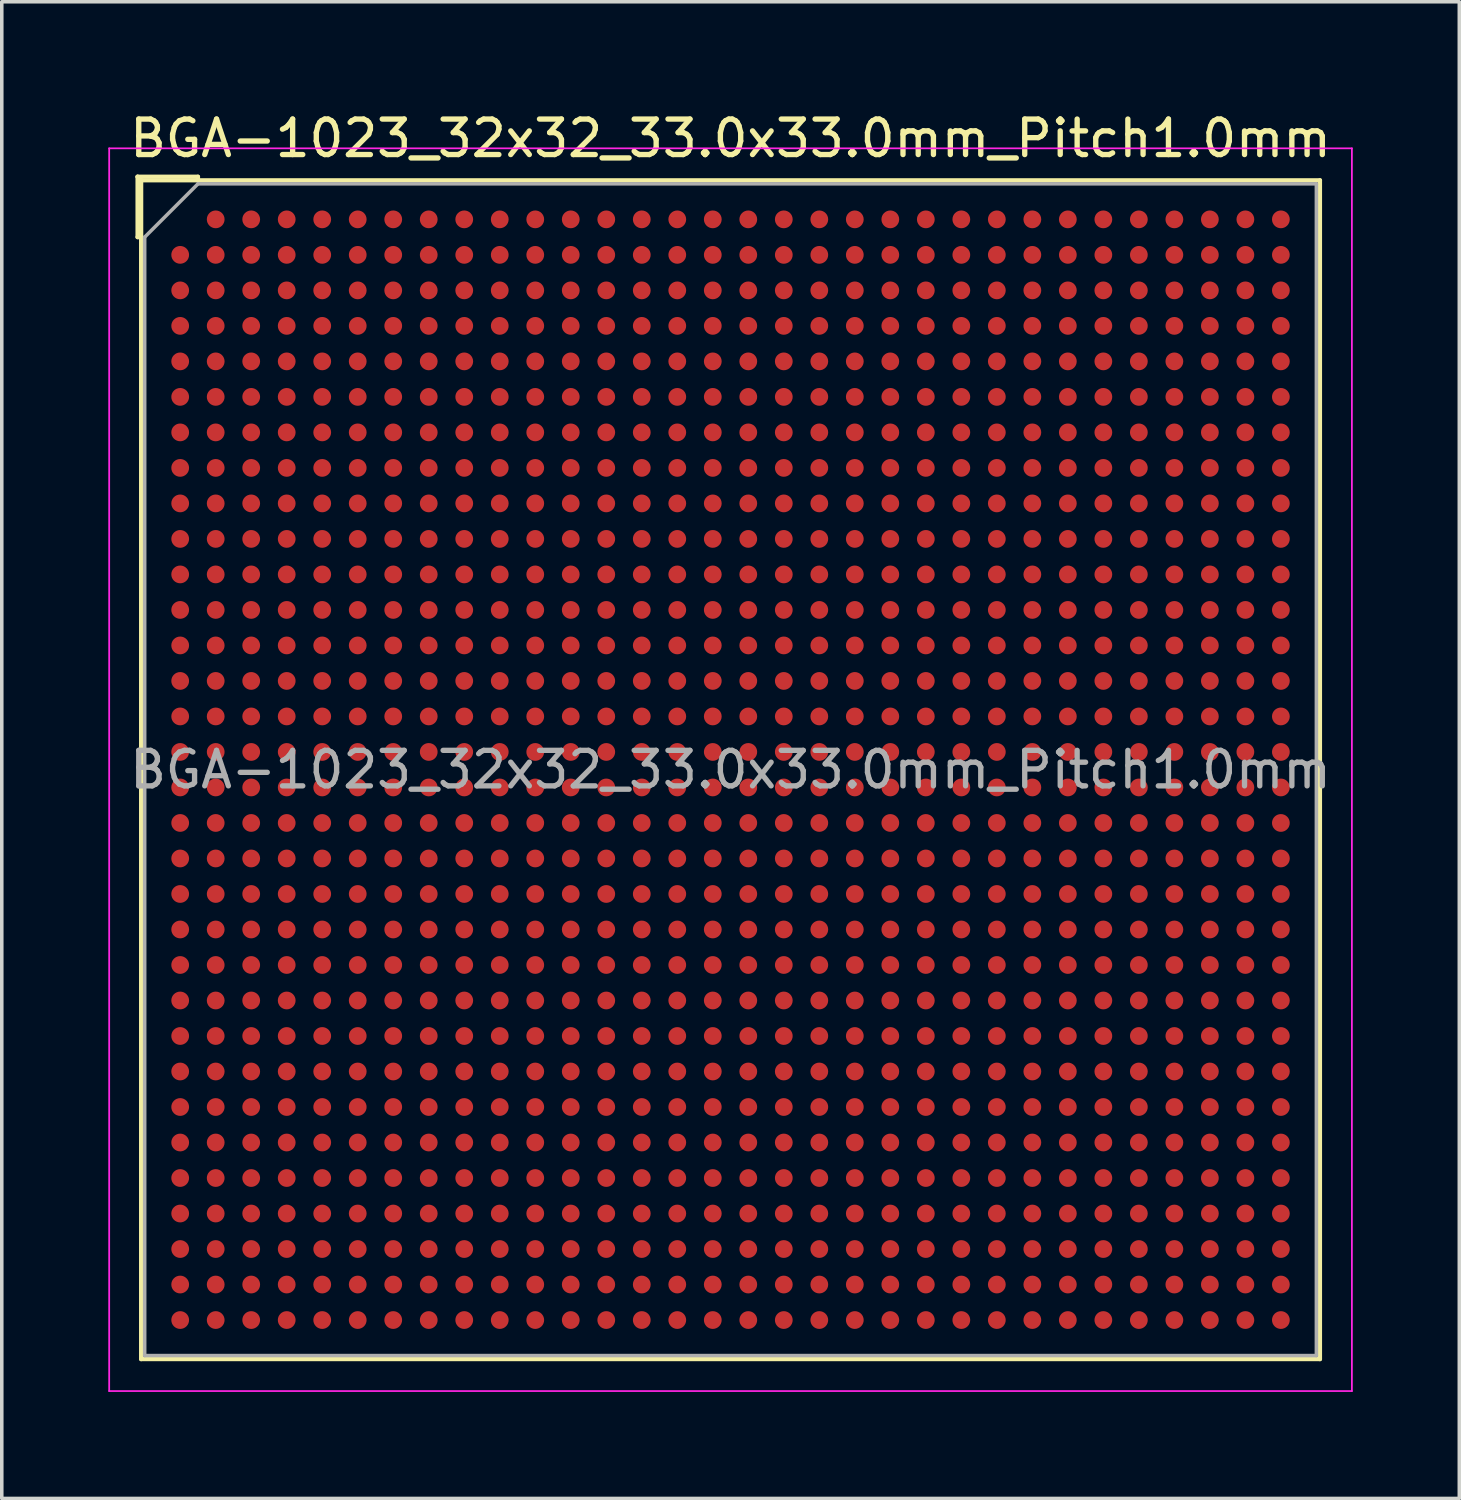
<source format=kicad_pcb>
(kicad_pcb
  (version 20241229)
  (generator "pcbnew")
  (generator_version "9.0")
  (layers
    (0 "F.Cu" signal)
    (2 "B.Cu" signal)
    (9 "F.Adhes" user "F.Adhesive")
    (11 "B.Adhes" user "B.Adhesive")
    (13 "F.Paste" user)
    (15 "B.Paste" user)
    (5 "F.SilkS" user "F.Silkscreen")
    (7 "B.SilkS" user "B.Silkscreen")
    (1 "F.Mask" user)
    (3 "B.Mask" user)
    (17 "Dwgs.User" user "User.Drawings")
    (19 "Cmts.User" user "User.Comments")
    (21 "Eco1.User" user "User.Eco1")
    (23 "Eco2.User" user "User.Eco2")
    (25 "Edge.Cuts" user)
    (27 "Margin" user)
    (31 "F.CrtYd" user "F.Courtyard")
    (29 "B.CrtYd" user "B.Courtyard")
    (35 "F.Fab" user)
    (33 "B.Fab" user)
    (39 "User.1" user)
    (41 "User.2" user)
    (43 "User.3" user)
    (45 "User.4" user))
  (footprint "BGA-1023_32x32_33.0x33.0mm_Pitch1.0mm"
    (layer "F.Cu")
    (at 17.525 18.628)
    (property "Reference" "BGA-1023_32x32_33.0x33.0mm_Pitch1.0mm" (at 0 -17.78 0) (layer "F.SilkS") (effects (font (size 1 1) (thickness 0.15))))
    (attr smd)
    (fp_line (start -16.7 -16.7) (end -15 -16.7) (stroke (width 0.12) (type solid)) (layer "F.SilkS"))
    (fp_line (start -16.7 -15) (end -16.7 -16.7) (stroke (width 0.12) (type solid)) (layer "F.SilkS"))
    (fp_line (start -16.7 -15) (end -16.6 -15) (stroke (width 0.12) (type solid)) (layer "F.SilkS"))
    (fp_line (start -16.6 -16.6) (end -16.7 -16.7) (stroke (width 0.12) (type solid)) (layer "F.SilkS"))
    (fp_line (start -16.6 -16.6) (end -16.6 16.6) (stroke (width 0.12) (type solid)) (layer "F.SilkS"))
    (fp_line (start -16.6 16.6) (end 16.6 16.6) (stroke (width 0.12) (type solid)) (layer "F.SilkS"))
    (fp_line (start -15 -16.7) (end -15 -16.6) (stroke (width 0.12) (type solid)) (layer "F.SilkS"))
    (fp_line (start 16.6 -16.6) (end -16.6 -16.6) (stroke (width 0.12) (type solid)) (layer "F.SilkS"))
    (fp_line (start 16.6 16.6) (end 16.6 -16.6) (stroke (width 0.12) (type solid)) (layer "F.SilkS"))
    (fp_line (start -17.5 -17.5) (end -17.5 17.5) (stroke (width 0.05) (type solid)) (layer "F.CrtYd"))
    (fp_line (start -17.5 -17.5) (end 17.5 -17.5) (stroke (width 0.05) (type solid)) (layer "F.CrtYd"))
    (fp_line (start 17.5 17.5) (end -17.5 17.5) (stroke (width 0.05) (type solid)) (layer "F.CrtYd"))
    (fp_line (start 17.5 17.5) (end 17.5 -17.5) (stroke (width 0.05) (type solid)) (layer "F.CrtYd"))
    (fp_line (start -16.5 -15) (end -15 -16.5) (stroke (width 0.1) (type solid)) (layer "F.Fab"))
    (fp_line (start -16.5 16.5) (end -16.5 -15) (stroke (width 0.1) (type solid)) (layer "F.Fab"))
    (fp_line (start -15 -16.5) (end 16.5 -16.5) (stroke (width 0.1) (type solid)) (layer "F.Fab"))
    (fp_line (start 16.5 -16.5) (end 16.5 16.5) (stroke (width 0.1) (type solid)) (layer "F.Fab"))
    (fp_line (start 16.5 16.5) (end -16.5 16.5) (stroke (width 0.1) (type solid)) (layer "F.Fab"))
    (fp_text user "${REFERENCE}" (at 0 0 0) (layer "F.Fab") (effects (font (size 1 1) (thickness 0.15))))
    (pad "A2" smd circle (at -14.5 -15.5) (size 0.5 0.5) (layers "F.Cu" "F.Mask" "F.Paste"))
    (pad "A3" smd circle (at -13.5 -15.5) (size 0.5 0.5) (layers "F.Cu" "F.Mask" "F.Paste"))
    (pad "A4" smd circle (at -12.5 -15.5) (size 0.5 0.5) (layers "F.Cu" "F.Mask" "F.Paste"))
    (pad "A5" smd circle (at -11.5 -15.5) (size 0.5 0.5) (layers "F.Cu" "F.Mask" "F.Paste"))
    (pad "A6" smd circle (at -10.5 -15.5) (size 0.5 0.5) (layers "F.Cu" "F.Mask" "F.Paste"))
    (pad "A7" smd circle (at -9.5 -15.5) (size 0.5 0.5) (layers "F.Cu" "F.Mask" "F.Paste"))
    (pad "A8" smd circle (at -8.5 -15.5) (size 0.5 0.5) (layers "F.Cu" "F.Mask" "F.Paste"))
    (pad "A9" smd circle (at -7.5 -15.5) (size 0.5 0.5) (layers "F.Cu" "F.Mask" "F.Paste"))
    (pad "A10" smd circle (at -6.5 -15.5) (size 0.5 0.5) (layers "F.Cu" "F.Mask" "F.Paste"))
    (pad "A11" smd circle (at -5.5 -15.5) (size 0.5 0.5) (layers "F.Cu" "F.Mask" "F.Paste"))
    (pad "A12" smd circle (at -4.5 -15.5) (size 0.5 0.5) (layers "F.Cu" "F.Mask" "F.Paste"))
    (pad "A13" smd circle (at -3.5 -15.5) (size 0.5 0.5) (layers "F.Cu" "F.Mask" "F.Paste"))
    (pad "A14" smd circle (at -2.5 -15.5) (size 0.5 0.5) (layers "F.Cu" "F.Mask" "F.Paste"))
    (pad "A15" smd circle (at -1.5 -15.5) (size 0.5 0.5) (layers "F.Cu" "F.Mask" "F.Paste"))
    (pad "A16" smd circle (at -0.5 -15.5) (size 0.5 0.5) (layers "F.Cu" "F.Mask" "F.Paste"))
    (pad "A17" smd circle (at 0.5 -15.5) (size 0.5 0.5) (layers "F.Cu" "F.Mask" "F.Paste"))
    (pad "A18" smd circle (at 1.5 -15.5) (size 0.5 0.5) (layers "F.Cu" "F.Mask" "F.Paste"))
    (pad "A19" smd circle (at 2.5 -15.5) (size 0.5 0.5) (layers "F.Cu" "F.Mask" "F.Paste"))
    (pad "A20" smd circle (at 3.5 -15.5) (size 0.5 0.5) (layers "F.Cu" "F.Mask" "F.Paste"))
    (pad "A21" smd circle (at 4.5 -15.5) (size 0.5 0.5) (layers "F.Cu" "F.Mask" "F.Paste"))
    (pad "A22" smd circle (at 5.5 -15.5) (size 0.5 0.5) (layers "F.Cu" "F.Mask" "F.Paste"))
    (pad "A23" smd circle (at 6.5 -15.5) (size 0.5 0.5) (layers "F.Cu" "F.Mask" "F.Paste"))
    (pad "A24" smd circle (at 7.5 -15.5) (size 0.5 0.5) (layers "F.Cu" "F.Mask" "F.Paste"))
    (pad "A25" smd circle (at 8.5 -15.5) (size 0.5 0.5) (layers "F.Cu" "F.Mask" "F.Paste"))
    (pad "A26" smd circle (at 9.5 -15.5) (size 0.5 0.5) (layers "F.Cu" "F.Mask" "F.Paste"))
    (pad "A27" smd circle (at 10.5 -15.5) (size 0.5 0.5) (layers "F.Cu" "F.Mask" "F.Paste"))
    (pad "A28" smd circle (at 11.5 -15.5) (size 0.5 0.5) (layers "F.Cu" "F.Mask" "F.Paste"))
    (pad "A29" smd circle (at 12.5 -15.5) (size 0.5 0.5) (layers "F.Cu" "F.Mask" "F.Paste"))
    (pad "A30" smd circle (at 13.5 -15.5) (size 0.5 0.5) (layers "F.Cu" "F.Mask" "F.Paste"))
    (pad "A31" smd circle (at 14.5 -15.5) (size 0.5 0.5) (layers "F.Cu" "F.Mask" "F.Paste"))
    (pad "A32" smd circle (at 15.5 -15.5) (size 0.5 0.5) (layers "F.Cu" "F.Mask" "F.Paste"))
    (pad "AA1" smd circle (at -15.5 4.5) (size 0.5 0.5) (layers "F.Cu" "F.Mask" "F.Paste"))
    (pad "AA2" smd circle (at -14.5 4.5) (size 0.5 0.5) (layers "F.Cu" "F.Mask" "F.Paste"))
    (pad "AA3" smd circle (at -13.5 4.5) (size 0.5 0.5) (layers "F.Cu" "F.Mask" "F.Paste"))
    (pad "AA4" smd circle (at -12.5 4.5) (size 0.5 0.5) (layers "F.Cu" "F.Mask" "F.Paste"))
    (pad "AA5" smd circle (at -11.5 4.5) (size 0.5 0.5) (layers "F.Cu" "F.Mask" "F.Paste"))
    (pad "AA6" smd circle (at -10.5 4.5) (size 0.5 0.5) (layers "F.Cu" "F.Mask" "F.Paste"))
    (pad "AA7" smd circle (at -9.5 4.5) (size 0.5 0.5) (layers "F.Cu" "F.Mask" "F.Paste"))
    (pad "AA8" smd circle (at -8.5 4.5) (size 0.5 0.5) (layers "F.Cu" "F.Mask" "F.Paste"))
    (pad "AA9" smd circle (at -7.5 4.5) (size 0.5 0.5) (layers "F.Cu" "F.Mask" "F.Paste"))
    (pad "AA10" smd circle (at -6.5 4.5) (size 0.5 0.5) (layers "F.Cu" "F.Mask" "F.Paste"))
    (pad "AA11" smd circle (at -5.5 4.5) (size 0.5 0.5) (layers "F.Cu" "F.Mask" "F.Paste"))
    (pad "AA12" smd circle (at -4.5 4.5) (size 0.5 0.5) (layers "F.Cu" "F.Mask" "F.Paste"))
    (pad "AA13" smd circle (at -3.5 4.5) (size 0.5 0.5) (layers "F.Cu" "F.Mask" "F.Paste"))
    (pad "AA14" smd circle (at -2.5 4.5) (size 0.5 0.5) (layers "F.Cu" "F.Mask" "F.Paste"))
    (pad "AA15" smd circle (at -1.5 4.5) (size 0.5 0.5) (layers "F.Cu" "F.Mask" "F.Paste"))
    (pad "AA16" smd circle (at -0.5 4.5) (size 0.5 0.5) (layers "F.Cu" "F.Mask" "F.Paste"))
    (pad "AA17" smd circle (at 0.5 4.5) (size 0.5 0.5) (layers "F.Cu" "F.Mask" "F.Paste"))
    (pad "AA18" smd circle (at 1.5 4.5) (size 0.5 0.5) (layers "F.Cu" "F.Mask" "F.Paste"))
    (pad "AA19" smd circle (at 2.5 4.5) (size 0.5 0.5) (layers "F.Cu" "F.Mask" "F.Paste"))
    (pad "AA20" smd circle (at 3.5 4.5) (size 0.5 0.5) (layers "F.Cu" "F.Mask" "F.Paste"))
    (pad "AA21" smd circle (at 4.5 4.5) (size 0.5 0.5) (layers "F.Cu" "F.Mask" "F.Paste"))
    (pad "AA22" smd circle (at 5.5 4.5) (size 0.5 0.5) (layers "F.Cu" "F.Mask" "F.Paste"))
    (pad "AA23" smd circle (at 6.5 4.5) (size 0.5 0.5) (layers "F.Cu" "F.Mask" "F.Paste"))
    (pad "AA24" smd circle (at 7.5 4.5) (size 0.5 0.5) (layers "F.Cu" "F.Mask" "F.Paste"))
    (pad "AA25" smd circle (at 8.5 4.5) (size 0.5 0.5) (layers "F.Cu" "F.Mask" "F.Paste"))
    (pad "AA26" smd circle (at 9.5 4.5) (size 0.5 0.5) (layers "F.Cu" "F.Mask" "F.Paste"))
    (pad "AA27" smd circle (at 10.5 4.5) (size 0.5 0.5) (layers "F.Cu" "F.Mask" "F.Paste"))
    (pad "AA28" smd circle (at 11.5 4.5) (size 0.5 0.5) (layers "F.Cu" "F.Mask" "F.Paste"))
    (pad "AA29" smd circle (at 12.5 4.5) (size 0.5 0.5) (layers "F.Cu" "F.Mask" "F.Paste"))
    (pad "AA30" smd circle (at 13.5 4.5) (size 0.5 0.5) (layers "F.Cu" "F.Mask" "F.Paste"))
    (pad "AA31" smd circle (at 14.5 4.5) (size 0.5 0.5) (layers "F.Cu" "F.Mask" "F.Paste"))
    (pad "AA32" smd circle (at 15.5 4.5) (size 0.5 0.5) (layers "F.Cu" "F.Mask" "F.Paste"))
    (pad "AB1" smd circle (at -15.5 5.5) (size 0.5 0.5) (layers "F.Cu" "F.Mask" "F.Paste"))
    (pad "AB2" smd circle (at -14.5 5.5) (size 0.5 0.5) (layers "F.Cu" "F.Mask" "F.Paste"))
    (pad "AB3" smd circle (at -13.5 5.5) (size 0.5 0.5) (layers "F.Cu" "F.Mask" "F.Paste"))
    (pad "AB4" smd circle (at -12.5 5.5) (size 0.5 0.5) (layers "F.Cu" "F.Mask" "F.Paste"))
    (pad "AB5" smd circle (at -11.5 5.5) (size 0.5 0.5) (layers "F.Cu" "F.Mask" "F.Paste"))
    (pad "AB6" smd circle (at -10.5 5.5) (size 0.5 0.5) (layers "F.Cu" "F.Mask" "F.Paste"))
    (pad "AB7" smd circle (at -9.5 5.5) (size 0.5 0.5) (layers "F.Cu" "F.Mask" "F.Paste"))
    (pad "AB8" smd circle (at -8.5 5.5) (size 0.5 0.5) (layers "F.Cu" "F.Mask" "F.Paste"))
    (pad "AB9" smd circle (at -7.5 5.5) (size 0.5 0.5) (layers "F.Cu" "F.Mask" "F.Paste"))
    (pad "AB10" smd circle (at -6.5 5.5) (size 0.5 0.5) (layers "F.Cu" "F.Mask" "F.Paste"))
    (pad "AB11" smd circle (at -5.5 5.5) (size 0.5 0.5) (layers "F.Cu" "F.Mask" "F.Paste"))
    (pad "AB12" smd circle (at -4.5 5.5) (size 0.5 0.5) (layers "F.Cu" "F.Mask" "F.Paste"))
    (pad "AB13" smd circle (at -3.5 5.5) (size 0.5 0.5) (layers "F.Cu" "F.Mask" "F.Paste"))
    (pad "AB14" smd circle (at -2.5 5.5) (size 0.5 0.5) (layers "F.Cu" "F.Mask" "F.Paste"))
    (pad "AB15" smd circle (at -1.5 5.5) (size 0.5 0.5) (layers "F.Cu" "F.Mask" "F.Paste"))
    (pad "AB16" smd circle (at -0.5 5.5) (size 0.5 0.5) (layers "F.Cu" "F.Mask" "F.Paste"))
    (pad "AB17" smd circle (at 0.5 5.5) (size 0.5 0.5) (layers "F.Cu" "F.Mask" "F.Paste"))
    (pad "AB18" smd circle (at 1.5 5.5) (size 0.5 0.5) (layers "F.Cu" "F.Mask" "F.Paste"))
    (pad "AB19" smd circle (at 2.5 5.5) (size 0.5 0.5) (layers "F.Cu" "F.Mask" "F.Paste"))
    (pad "AB20" smd circle (at 3.5 5.5) (size 0.5 0.5) (layers "F.Cu" "F.Mask" "F.Paste"))
    (pad "AB21" smd circle (at 4.5 5.5) (size 0.5 0.5) (layers "F.Cu" "F.Mask" "F.Paste"))
    (pad "AB22" smd circle (at 5.5 5.5) (size 0.5 0.5) (layers "F.Cu" "F.Mask" "F.Paste"))
    (pad "AB23" smd circle (at 6.5 5.5) (size 0.5 0.5) (layers "F.Cu" "F.Mask" "F.Paste"))
    (pad "AB24" smd circle (at 7.5 5.5) (size 0.5 0.5) (layers "F.Cu" "F.Mask" "F.Paste"))
    (pad "AB25" smd circle (at 8.5 5.5) (size 0.5 0.5) (layers "F.Cu" "F.Mask" "F.Paste"))
    (pad "AB26" smd circle (at 9.5 5.5) (size 0.5 0.5) (layers "F.Cu" "F.Mask" "F.Paste"))
    (pad "AB27" smd circle (at 10.5 5.5) (size 0.5 0.5) (layers "F.Cu" "F.Mask" "F.Paste"))
    (pad "AB28" smd circle (at 11.5 5.5) (size 0.5 0.5) (layers "F.Cu" "F.Mask" "F.Paste"))
    (pad "AB29" smd circle (at 12.5 5.5) (size 0.5 0.5) (layers "F.Cu" "F.Mask" "F.Paste"))
    (pad "AB30" smd circle (at 13.5 5.5) (size 0.5 0.5) (layers "F.Cu" "F.Mask" "F.Paste"))
    (pad "AB31" smd circle (at 14.5 5.5) (size 0.5 0.5) (layers "F.Cu" "F.Mask" "F.Paste"))
    (pad "AB32" smd circle (at 15.5 5.5) (size 0.5 0.5) (layers "F.Cu" "F.Mask" "F.Paste"))
    (pad "AC1" smd circle (at -15.5 6.5) (size 0.5 0.5) (layers "F.Cu" "F.Mask" "F.Paste"))
    (pad "AC2" smd circle (at -14.5 6.5) (size 0.5 0.5) (layers "F.Cu" "F.Mask" "F.Paste"))
    (pad "AC3" smd circle (at -13.5 6.5) (size 0.5 0.5) (layers "F.Cu" "F.Mask" "F.Paste"))
    (pad "AC4" smd circle (at -12.5 6.5) (size 0.5 0.5) (layers "F.Cu" "F.Mask" "F.Paste"))
    (pad "AC5" smd circle (at -11.5 6.5) (size 0.5 0.5) (layers "F.Cu" "F.Mask" "F.Paste"))
    (pad "AC6" smd circle (at -10.5 6.5) (size 0.5 0.5) (layers "F.Cu" "F.Mask" "F.Paste"))
    (pad "AC7" smd circle (at -9.5 6.5) (size 0.5 0.5) (layers "F.Cu" "F.Mask" "F.Paste"))
    (pad "AC8" smd circle (at -8.5 6.5) (size 0.5 0.5) (layers "F.Cu" "F.Mask" "F.Paste"))
    (pad "AC9" smd circle (at -7.5 6.5) (size 0.5 0.5) (layers "F.Cu" "F.Mask" "F.Paste"))
    (pad "AC10" smd circle (at -6.5 6.5) (size 0.5 0.5) (layers "F.Cu" "F.Mask" "F.Paste"))
    (pad "AC11" smd circle (at -5.5 6.5) (size 0.5 0.5) (layers "F.Cu" "F.Mask" "F.Paste"))
    (pad "AC12" smd circle (at -4.5 6.5) (size 0.5 0.5) (layers "F.Cu" "F.Mask" "F.Paste"))
    (pad "AC13" smd circle (at -3.5 6.5) (size 0.5 0.5) (layers "F.Cu" "F.Mask" "F.Paste"))
    (pad "AC14" smd circle (at -2.5 6.5) (size 0.5 0.5) (layers "F.Cu" "F.Mask" "F.Paste"))
    (pad "AC15" smd circle (at -1.5 6.5) (size 0.5 0.5) (layers "F.Cu" "F.Mask" "F.Paste"))
    (pad "AC16" smd circle (at -0.5 6.5) (size 0.5 0.5) (layers "F.Cu" "F.Mask" "F.Paste"))
    (pad "AC17" smd circle (at 0.5 6.5) (size 0.5 0.5) (layers "F.Cu" "F.Mask" "F.Paste"))
    (pad "AC18" smd circle (at 1.5 6.5) (size 0.5 0.5) (layers "F.Cu" "F.Mask" "F.Paste"))
    (pad "AC19" smd circle (at 2.5 6.5) (size 0.5 0.5) (layers "F.Cu" "F.Mask" "F.Paste"))
    (pad "AC20" smd circle (at 3.5 6.5) (size 0.5 0.5) (layers "F.Cu" "F.Mask" "F.Paste"))
    (pad "AC21" smd circle (at 4.5 6.5) (size 0.5 0.5) (layers "F.Cu" "F.Mask" "F.Paste"))
    (pad "AC22" smd circle (at 5.5 6.5) (size 0.5 0.5) (layers "F.Cu" "F.Mask" "F.Paste"))
    (pad "AC23" smd circle (at 6.5 6.5) (size 0.5 0.5) (layers "F.Cu" "F.Mask" "F.Paste"))
    (pad "AC24" smd circle (at 7.5 6.5) (size 0.5 0.5) (layers "F.Cu" "F.Mask" "F.Paste"))
    (pad "AC25" smd circle (at 8.5 6.5) (size 0.5 0.5) (layers "F.Cu" "F.Mask" "F.Paste"))
    (pad "AC26" smd circle (at 9.5 6.5) (size 0.5 0.5) (layers "F.Cu" "F.Mask" "F.Paste"))
    (pad "AC27" smd circle (at 10.5 6.5) (size 0.5 0.5) (layers "F.Cu" "F.Mask" "F.Paste"))
    (pad "AC28" smd circle (at 11.5 6.5) (size 0.5 0.5) (layers "F.Cu" "F.Mask" "F.Paste"))
    (pad "AC29" smd circle (at 12.5 6.5) (size 0.5 0.5) (layers "F.Cu" "F.Mask" "F.Paste"))
    (pad "AC30" smd circle (at 13.5 6.5) (size 0.5 0.5) (layers "F.Cu" "F.Mask" "F.Paste"))
    (pad "AC31" smd circle (at 14.5 6.5) (size 0.5 0.5) (layers "F.Cu" "F.Mask" "F.Paste"))
    (pad "AC32" smd circle (at 15.5 6.5) (size 0.5 0.5) (layers "F.Cu" "F.Mask" "F.Paste"))
    (pad "AD1" smd circle (at -15.5 7.5) (size 0.5 0.5) (layers "F.Cu" "F.Mask" "F.Paste"))
    (pad "AD2" smd circle (at -14.5 7.5) (size 0.5 0.5) (layers "F.Cu" "F.Mask" "F.Paste"))
    (pad "AD3" smd circle (at -13.5 7.5) (size 0.5 0.5) (layers "F.Cu" "F.Mask" "F.Paste"))
    (pad "AD4" smd circle (at -12.5 7.5) (size 0.5 0.5) (layers "F.Cu" "F.Mask" "F.Paste"))
    (pad "AD5" smd circle (at -11.5 7.5) (size 0.5 0.5) (layers "F.Cu" "F.Mask" "F.Paste"))
    (pad "AD6" smd circle (at -10.5 7.5) (size 0.5 0.5) (layers "F.Cu" "F.Mask" "F.Paste"))
    (pad "AD7" smd circle (at -9.5 7.5) (size 0.5 0.5) (layers "F.Cu" "F.Mask" "F.Paste"))
    (pad "AD8" smd circle (at -8.5 7.5) (size 0.5 0.5) (layers "F.Cu" "F.Mask" "F.Paste"))
    (pad "AD9" smd circle (at -7.5 7.5) (size 0.5 0.5) (layers "F.Cu" "F.Mask" "F.Paste"))
    (pad "AD10" smd circle (at -6.5 7.5) (size 0.5 0.5) (layers "F.Cu" "F.Mask" "F.Paste"))
    (pad "AD11" smd circle (at -5.5 7.5) (size 0.5 0.5) (layers "F.Cu" "F.Mask" "F.Paste"))
    (pad "AD12" smd circle (at -4.5 7.5) (size 0.5 0.5) (layers "F.Cu" "F.Mask" "F.Paste"))
    (pad "AD13" smd circle (at -3.5 7.5) (size 0.5 0.5) (layers "F.Cu" "F.Mask" "F.Paste"))
    (pad "AD14" smd circle (at -2.5 7.5) (size 0.5 0.5) (layers "F.Cu" "F.Mask" "F.Paste"))
    (pad "AD15" smd circle (at -1.5 7.5) (size 0.5 0.5) (layers "F.Cu" "F.Mask" "F.Paste"))
    (pad "AD16" smd circle (at -0.5 7.5) (size 0.5 0.5) (layers "F.Cu" "F.Mask" "F.Paste"))
    (pad "AD17" smd circle (at 0.5 7.5) (size 0.5 0.5) (layers "F.Cu" "F.Mask" "F.Paste"))
    (pad "AD18" smd circle (at 1.5 7.5) (size 0.5 0.5) (layers "F.Cu" "F.Mask" "F.Paste"))
    (pad "AD19" smd circle (at 2.5 7.5) (size 0.5 0.5) (layers "F.Cu" "F.Mask" "F.Paste"))
    (pad "AD20" smd circle (at 3.5 7.5) (size 0.5 0.5) (layers "F.Cu" "F.Mask" "F.Paste"))
    (pad "AD21" smd circle (at 4.5 7.5) (size 0.5 0.5) (layers "F.Cu" "F.Mask" "F.Paste"))
    (pad "AD22" smd circle (at 5.5 7.5) (size 0.5 0.5) (layers "F.Cu" "F.Mask" "F.Paste"))
    (pad "AD23" smd circle (at 6.5 7.5) (size 0.5 0.5) (layers "F.Cu" "F.Mask" "F.Paste"))
    (pad "AD24" smd circle (at 7.5 7.5) (size 0.5 0.5) (layers "F.Cu" "F.Mask" "F.Paste"))
    (pad "AD25" smd circle (at 8.5 7.5) (size 0.5 0.5) (layers "F.Cu" "F.Mask" "F.Paste"))
    (pad "AD26" smd circle (at 9.5 7.5) (size 0.5 0.5) (layers "F.Cu" "F.Mask" "F.Paste"))
    (pad "AD27" smd circle (at 10.5 7.5) (size 0.5 0.5) (layers "F.Cu" "F.Mask" "F.Paste"))
    (pad "AD28" smd circle (at 11.5 7.5) (size 0.5 0.5) (layers "F.Cu" "F.Mask" "F.Paste"))
    (pad "AD29" smd circle (at 12.5 7.5) (size 0.5 0.5) (layers "F.Cu" "F.Mask" "F.Paste"))
    (pad "AD30" smd circle (at 13.5 7.5) (size 0.5 0.5) (layers "F.Cu" "F.Mask" "F.Paste"))
    (pad "AD31" smd circle (at 14.5 7.5) (size 0.5 0.5) (layers "F.Cu" "F.Mask" "F.Paste"))
    (pad "AD32" smd circle (at 15.5 7.5) (size 0.5 0.5) (layers "F.Cu" "F.Mask" "F.Paste"))
    (pad "AE1" smd circle (at -15.5 8.5) (size 0.5 0.5) (layers "F.Cu" "F.Mask" "F.Paste"))
    (pad "AE2" smd circle (at -14.5 8.5) (size 0.5 0.5) (layers "F.Cu" "F.Mask" "F.Paste"))
    (pad "AE3" smd circle (at -13.5 8.5) (size 0.5 0.5) (layers "F.Cu" "F.Mask" "F.Paste"))
    (pad "AE4" smd circle (at -12.5 8.5) (size 0.5 0.5) (layers "F.Cu" "F.Mask" "F.Paste"))
    (pad "AE5" smd circle (at -11.5 8.5) (size 0.5 0.5) (layers "F.Cu" "F.Mask" "F.Paste"))
    (pad "AE6" smd circle (at -10.5 8.5) (size 0.5 0.5) (layers "F.Cu" "F.Mask" "F.Paste"))
    (pad "AE7" smd circle (at -9.5 8.5) (size 0.5 0.5) (layers "F.Cu" "F.Mask" "F.Paste"))
    (pad "AE8" smd circle (at -8.5 8.5) (size 0.5 0.5) (layers "F.Cu" "F.Mask" "F.Paste"))
    (pad "AE9" smd circle (at -7.5 8.5) (size 0.5 0.5) (layers "F.Cu" "F.Mask" "F.Paste"))
    (pad "AE10" smd circle (at -6.5 8.5) (size 0.5 0.5) (layers "F.Cu" "F.Mask" "F.Paste"))
    (pad "AE11" smd circle (at -5.5 8.5) (size 0.5 0.5) (layers "F.Cu" "F.Mask" "F.Paste"))
    (pad "AE12" smd circle (at -4.5 8.5) (size 0.5 0.5) (layers "F.Cu" "F.Mask" "F.Paste"))
    (pad "AE13" smd circle (at -3.5 8.5) (size 0.5 0.5) (layers "F.Cu" "F.Mask" "F.Paste"))
    (pad "AE14" smd circle (at -2.5 8.5) (size 0.5 0.5) (layers "F.Cu" "F.Mask" "F.Paste"))
    (pad "AE15" smd circle (at -1.5 8.5) (size 0.5 0.5) (layers "F.Cu" "F.Mask" "F.Paste"))
    (pad "AE16" smd circle (at -0.5 8.5) (size 0.5 0.5) (layers "F.Cu" "F.Mask" "F.Paste"))
    (pad "AE17" smd circle (at 0.5 8.5) (size 0.5 0.5) (layers "F.Cu" "F.Mask" "F.Paste"))
    (pad "AE18" smd circle (at 1.5 8.5) (size 0.5 0.5) (layers "F.Cu" "F.Mask" "F.Paste"))
    (pad "AE19" smd circle (at 2.5 8.5) (size 0.5 0.5) (layers "F.Cu" "F.Mask" "F.Paste"))
    (pad "AE20" smd circle (at 3.5 8.5) (size 0.5 0.5) (layers "F.Cu" "F.Mask" "F.Paste"))
    (pad "AE21" smd circle (at 4.5 8.5) (size 0.5 0.5) (layers "F.Cu" "F.Mask" "F.Paste"))
    (pad "AE22" smd circle (at 5.5 8.5) (size 0.5 0.5) (layers "F.Cu" "F.Mask" "F.Paste"))
    (pad "AE23" smd circle (at 6.5 8.5) (size 0.5 0.5) (layers "F.Cu" "F.Mask" "F.Paste"))
    (pad "AE24" smd circle (at 7.5 8.5) (size 0.5 0.5) (layers "F.Cu" "F.Mask" "F.Paste"))
    (pad "AE25" smd circle (at 8.5 8.5) (size 0.5 0.5) (layers "F.Cu" "F.Mask" "F.Paste"))
    (pad "AE26" smd circle (at 9.5 8.5) (size 0.5 0.5) (layers "F.Cu" "F.Mask" "F.Paste"))
    (pad "AE27" smd circle (at 10.5 8.5) (size 0.5 0.5) (layers "F.Cu" "F.Mask" "F.Paste"))
    (pad "AE28" smd circle (at 11.5 8.5) (size 0.5 0.5) (layers "F.Cu" "F.Mask" "F.Paste"))
    (pad "AE29" smd circle (at 12.5 8.5) (size 0.5 0.5) (layers "F.Cu" "F.Mask" "F.Paste"))
    (pad "AE30" smd circle (at 13.5 8.5) (size 0.5 0.5) (layers "F.Cu" "F.Mask" "F.Paste"))
    (pad "AE31" smd circle (at 14.5 8.5) (size 0.5 0.5) (layers "F.Cu" "F.Mask" "F.Paste"))
    (pad "AE32" smd circle (at 15.5 8.5) (size 0.5 0.5) (layers "F.Cu" "F.Mask" "F.Paste"))
    (pad "AF1" smd circle (at -15.5 9.5) (size 0.5 0.5) (layers "F.Cu" "F.Mask" "F.Paste"))
    (pad "AF2" smd circle (at -14.5 9.5) (size 0.5 0.5) (layers "F.Cu" "F.Mask" "F.Paste"))
    (pad "AF3" smd circle (at -13.5 9.5) (size 0.5 0.5) (layers "F.Cu" "F.Mask" "F.Paste"))
    (pad "AF4" smd circle (at -12.5 9.5) (size 0.5 0.5) (layers "F.Cu" "F.Mask" "F.Paste"))
    (pad "AF5" smd circle (at -11.5 9.5) (size 0.5 0.5) (layers "F.Cu" "F.Mask" "F.Paste"))
    (pad "AF6" smd circle (at -10.5 9.5) (size 0.5 0.5) (layers "F.Cu" "F.Mask" "F.Paste"))
    (pad "AF7" smd circle (at -9.5 9.5) (size 0.5 0.5) (layers "F.Cu" "F.Mask" "F.Paste"))
    (pad "AF8" smd circle (at -8.5 9.5) (size 0.5 0.5) (layers "F.Cu" "F.Mask" "F.Paste"))
    (pad "AF9" smd circle (at -7.5 9.5) (size 0.5 0.5) (layers "F.Cu" "F.Mask" "F.Paste"))
    (pad "AF10" smd circle (at -6.5 9.5) (size 0.5 0.5) (layers "F.Cu" "F.Mask" "F.Paste"))
    (pad "AF11" smd circle (at -5.5 9.5) (size 0.5 0.5) (layers "F.Cu" "F.Mask" "F.Paste"))
    (pad "AF12" smd circle (at -4.5 9.5) (size 0.5 0.5) (layers "F.Cu" "F.Mask" "F.Paste"))
    (pad "AF13" smd circle (at -3.5 9.5) (size 0.5 0.5) (layers "F.Cu" "F.Mask" "F.Paste"))
    (pad "AF14" smd circle (at -2.5 9.5) (size 0.5 0.5) (layers "F.Cu" "F.Mask" "F.Paste"))
    (pad "AF15" smd circle (at -1.5 9.5) (size 0.5 0.5) (layers "F.Cu" "F.Mask" "F.Paste"))
    (pad "AF16" smd circle (at -0.5 9.5) (size 0.5 0.5) (layers "F.Cu" "F.Mask" "F.Paste"))
    (pad "AF17" smd circle (at 0.5 9.5) (size 0.5 0.5) (layers "F.Cu" "F.Mask" "F.Paste"))
    (pad "AF18" smd circle (at 1.5 9.5) (size 0.5 0.5) (layers "F.Cu" "F.Mask" "F.Paste"))
    (pad "AF19" smd circle (at 2.5 9.5) (size 0.5 0.5) (layers "F.Cu" "F.Mask" "F.Paste"))
    (pad "AF20" smd circle (at 3.5 9.5) (size 0.5 0.5) (layers "F.Cu" "F.Mask" "F.Paste"))
    (pad "AF21" smd circle (at 4.5 9.5) (size 0.5 0.5) (layers "F.Cu" "F.Mask" "F.Paste"))
    (pad "AF22" smd circle (at 5.5 9.5) (size 0.5 0.5) (layers "F.Cu" "F.Mask" "F.Paste"))
    (pad "AF23" smd circle (at 6.5 9.5) (size 0.5 0.5) (layers "F.Cu" "F.Mask" "F.Paste"))
    (pad "AF24" smd circle (at 7.5 9.5) (size 0.5 0.5) (layers "F.Cu" "F.Mask" "F.Paste"))
    (pad "AF25" smd circle (at 8.5 9.5) (size 0.5 0.5) (layers "F.Cu" "F.Mask" "F.Paste"))
    (pad "AF26" smd circle (at 9.5 9.5) (size 0.5 0.5) (layers "F.Cu" "F.Mask" "F.Paste"))
    (pad "AF27" smd circle (at 10.5 9.5) (size 0.5 0.5) (layers "F.Cu" "F.Mask" "F.Paste"))
    (pad "AF28" smd circle (at 11.5 9.5) (size 0.5 0.5) (layers "F.Cu" "F.Mask" "F.Paste"))
    (pad "AF29" smd circle (at 12.5 9.5) (size 0.5 0.5) (layers "F.Cu" "F.Mask" "F.Paste"))
    (pad "AF30" smd circle (at 13.5 9.5) (size 0.5 0.5) (layers "F.Cu" "F.Mask" "F.Paste"))
    (pad "AF31" smd circle (at 14.5 9.5) (size 0.5 0.5) (layers "F.Cu" "F.Mask" "F.Paste"))
    (pad "AF32" smd circle (at 15.5 9.5) (size 0.5 0.5) (layers "F.Cu" "F.Mask" "F.Paste"))
    (pad "AG1" smd circle (at -15.5 10.5) (size 0.5 0.5) (layers "F.Cu" "F.Mask" "F.Paste"))
    (pad "AG2" smd circle (at -14.5 10.5) (size 0.5 0.5) (layers "F.Cu" "F.Mask" "F.Paste"))
    (pad "AG3" smd circle (at -13.5 10.5) (size 0.5 0.5) (layers "F.Cu" "F.Mask" "F.Paste"))
    (pad "AG4" smd circle (at -12.5 10.5) (size 0.5 0.5) (layers "F.Cu" "F.Mask" "F.Paste"))
    (pad "AG5" smd circle (at -11.5 10.5) (size 0.5 0.5) (layers "F.Cu" "F.Mask" "F.Paste"))
    (pad "AG6" smd circle (at -10.5 10.5) (size 0.5 0.5) (layers "F.Cu" "F.Mask" "F.Paste"))
    (pad "AG7" smd circle (at -9.5 10.5) (size 0.5 0.5) (layers "F.Cu" "F.Mask" "F.Paste"))
    (pad "AG8" smd circle (at -8.5 10.5) (size 0.5 0.5) (layers "F.Cu" "F.Mask" "F.Paste"))
    (pad "AG9" smd circle (at -7.5 10.5) (size 0.5 0.5) (layers "F.Cu" "F.Mask" "F.Paste"))
    (pad "AG10" smd circle (at -6.5 10.5) (size 0.5 0.5) (layers "F.Cu" "F.Mask" "F.Paste"))
    (pad "AG11" smd circle (at -5.5 10.5) (size 0.5 0.5) (layers "F.Cu" "F.Mask" "F.Paste"))
    (pad "AG12" smd circle (at -4.5 10.5) (size 0.5 0.5) (layers "F.Cu" "F.Mask" "F.Paste"))
    (pad "AG13" smd circle (at -3.5 10.5) (size 0.5 0.5) (layers "F.Cu" "F.Mask" "F.Paste"))
    (pad "AG14" smd circle (at -2.5 10.5) (size 0.5 0.5) (layers "F.Cu" "F.Mask" "F.Paste"))
    (pad "AG15" smd circle (at -1.5 10.5) (size 0.5 0.5) (layers "F.Cu" "F.Mask" "F.Paste"))
    (pad "AG16" smd circle (at -0.5 10.5) (size 0.5 0.5) (layers "F.Cu" "F.Mask" "F.Paste"))
    (pad "AG17" smd circle (at 0.5 10.5) (size 0.5 0.5) (layers "F.Cu" "F.Mask" "F.Paste"))
    (pad "AG18" smd circle (at 1.5 10.5) (size 0.5 0.5) (layers "F.Cu" "F.Mask" "F.Paste"))
    (pad "AG19" smd circle (at 2.5 10.5) (size 0.5 0.5) (layers "F.Cu" "F.Mask" "F.Paste"))
    (pad "AG20" smd circle (at 3.5 10.5) (size 0.5 0.5) (layers "F.Cu" "F.Mask" "F.Paste"))
    (pad "AG21" smd circle (at 4.5 10.5) (size 0.5 0.5) (layers "F.Cu" "F.Mask" "F.Paste"))
    (pad "AG22" smd circle (at 5.5 10.5) (size 0.5 0.5) (layers "F.Cu" "F.Mask" "F.Paste"))
    (pad "AG23" smd circle (at 6.5 10.5) (size 0.5 0.5) (layers "F.Cu" "F.Mask" "F.Paste"))
    (pad "AG24" smd circle (at 7.5 10.5) (size 0.5 0.5) (layers "F.Cu" "F.Mask" "F.Paste"))
    (pad "AG25" smd circle (at 8.5 10.5) (size 0.5 0.5) (layers "F.Cu" "F.Mask" "F.Paste"))
    (pad "AG26" smd circle (at 9.5 10.5) (size 0.5 0.5) (layers "F.Cu" "F.Mask" "F.Paste"))
    (pad "AG27" smd circle (at 10.5 10.5) (size 0.5 0.5) (layers "F.Cu" "F.Mask" "F.Paste"))
    (pad "AG28" smd circle (at 11.5 10.5) (size 0.5 0.5) (layers "F.Cu" "F.Mask" "F.Paste"))
    (pad "AG29" smd circle (at 12.5 10.5) (size 0.5 0.5) (layers "F.Cu" "F.Mask" "F.Paste"))
    (pad "AG30" smd circle (at 13.5 10.5) (size 0.5 0.5) (layers "F.Cu" "F.Mask" "F.Paste"))
    (pad "AG31" smd circle (at 14.5 10.5) (size 0.5 0.5) (layers "F.Cu" "F.Mask" "F.Paste"))
    (pad "AG32" smd circle (at 15.5 10.5) (size 0.5 0.5) (layers "F.Cu" "F.Mask" "F.Paste"))
    (pad "AH1" smd circle (at -15.5 11.5) (size 0.5 0.5) (layers "F.Cu" "F.Mask" "F.Paste"))
    (pad "AH2" smd circle (at -14.5 11.5) (size 0.5 0.5) (layers "F.Cu" "F.Mask" "F.Paste"))
    (pad "AH3" smd circle (at -13.5 11.5) (size 0.5 0.5) (layers "F.Cu" "F.Mask" "F.Paste"))
    (pad "AH4" smd circle (at -12.5 11.5) (size 0.5 0.5) (layers "F.Cu" "F.Mask" "F.Paste"))
    (pad "AH5" smd circle (at -11.5 11.5) (size 0.5 0.5) (layers "F.Cu" "F.Mask" "F.Paste"))
    (pad "AH6" smd circle (at -10.5 11.5) (size 0.5 0.5) (layers "F.Cu" "F.Mask" "F.Paste"))
    (pad "AH7" smd circle (at -9.5 11.5) (size 0.5 0.5) (layers "F.Cu" "F.Mask" "F.Paste"))
    (pad "AH8" smd circle (at -8.5 11.5) (size 0.5 0.5) (layers "F.Cu" "F.Mask" "F.Paste"))
    (pad "AH9" smd circle (at -7.5 11.5) (size 0.5 0.5) (layers "F.Cu" "F.Mask" "F.Paste"))
    (pad "AH10" smd circle (at -6.5 11.5) (size 0.5 0.5) (layers "F.Cu" "F.Mask" "F.Paste"))
    (pad "AH11" smd circle (at -5.5 11.5) (size 0.5 0.5) (layers "F.Cu" "F.Mask" "F.Paste"))
    (pad "AH12" smd circle (at -4.5 11.5) (size 0.5 0.5) (layers "F.Cu" "F.Mask" "F.Paste"))
    (pad "AH13" smd circle (at -3.5 11.5) (size 0.5 0.5) (layers "F.Cu" "F.Mask" "F.Paste"))
    (pad "AH14" smd circle (at -2.5 11.5) (size 0.5 0.5) (layers "F.Cu" "F.Mask" "F.Paste"))
    (pad "AH15" smd circle (at -1.5 11.5) (size 0.5 0.5) (layers "F.Cu" "F.Mask" "F.Paste"))
    (pad "AH16" smd circle (at -0.5 11.5) (size 0.5 0.5) (layers "F.Cu" "F.Mask" "F.Paste"))
    (pad "AH17" smd circle (at 0.5 11.5) (size 0.5 0.5) (layers "F.Cu" "F.Mask" "F.Paste"))
    (pad "AH18" smd circle (at 1.5 11.5) (size 0.5 0.5) (layers "F.Cu" "F.Mask" "F.Paste"))
    (pad "AH19" smd circle (at 2.5 11.5) (size 0.5 0.5) (layers "F.Cu" "F.Mask" "F.Paste"))
    (pad "AH20" smd circle (at 3.5 11.5) (size 0.5 0.5) (layers "F.Cu" "F.Mask" "F.Paste"))
    (pad "AH21" smd circle (at 4.5 11.5) (size 0.5 0.5) (layers "F.Cu" "F.Mask" "F.Paste"))
    (pad "AH22" smd circle (at 5.5 11.5) (size 0.5 0.5) (layers "F.Cu" "F.Mask" "F.Paste"))
    (pad "AH23" smd circle (at 6.5 11.5) (size 0.5 0.5) (layers "F.Cu" "F.Mask" "F.Paste"))
    (pad "AH24" smd circle (at 7.5 11.5) (size 0.5 0.5) (layers "F.Cu" "F.Mask" "F.Paste"))
    (pad "AH25" smd circle (at 8.5 11.5) (size 0.5 0.5) (layers "F.Cu" "F.Mask" "F.Paste"))
    (pad "AH26" smd circle (at 9.5 11.5) (size 0.5 0.5) (layers "F.Cu" "F.Mask" "F.Paste"))
    (pad "AH27" smd circle (at 10.5 11.5) (size 0.5 0.5) (layers "F.Cu" "F.Mask" "F.Paste"))
    (pad "AH28" smd circle (at 11.5 11.5) (size 0.5 0.5) (layers "F.Cu" "F.Mask" "F.Paste"))
    (pad "AH29" smd circle (at 12.5 11.5) (size 0.5 0.5) (layers "F.Cu" "F.Mask" "F.Paste"))
    (pad "AH30" smd circle (at 13.5 11.5) (size 0.5 0.5) (layers "F.Cu" "F.Mask" "F.Paste"))
    (pad "AH31" smd circle (at 14.5 11.5) (size 0.5 0.5) (layers "F.Cu" "F.Mask" "F.Paste"))
    (pad "AH32" smd circle (at 15.5 11.5) (size 0.5 0.5) (layers "F.Cu" "F.Mask" "F.Paste"))
    (pad "AJ1" smd circle (at -15.5 12.5) (size 0.5 0.5) (layers "F.Cu" "F.Mask" "F.Paste"))
    (pad "AJ2" smd circle (at -14.5 12.5) (size 0.5 0.5) (layers "F.Cu" "F.Mask" "F.Paste"))
    (pad "AJ3" smd circle (at -13.5 12.5) (size 0.5 0.5) (layers "F.Cu" "F.Mask" "F.Paste"))
    (pad "AJ4" smd circle (at -12.5 12.5) (size 0.5 0.5) (layers "F.Cu" "F.Mask" "F.Paste"))
    (pad "AJ5" smd circle (at -11.5 12.5) (size 0.5 0.5) (layers "F.Cu" "F.Mask" "F.Paste"))
    (pad "AJ6" smd circle (at -10.5 12.5) (size 0.5 0.5) (layers "F.Cu" "F.Mask" "F.Paste"))
    (pad "AJ7" smd circle (at -9.5 12.5) (size 0.5 0.5) (layers "F.Cu" "F.Mask" "F.Paste"))
    (pad "AJ8" smd circle (at -8.5 12.5) (size 0.5 0.5) (layers "F.Cu" "F.Mask" "F.Paste"))
    (pad "AJ9" smd circle (at -7.5 12.5) (size 0.5 0.5) (layers "F.Cu" "F.Mask" "F.Paste"))
    (pad "AJ10" smd circle (at -6.5 12.5) (size 0.5 0.5) (layers "F.Cu" "F.Mask" "F.Paste"))
    (pad "AJ11" smd circle (at -5.5 12.5) (size 0.5 0.5) (layers "F.Cu" "F.Mask" "F.Paste"))
    (pad "AJ12" smd circle (at -4.5 12.5) (size 0.5 0.5) (layers "F.Cu" "F.Mask" "F.Paste"))
    (pad "AJ13" smd circle (at -3.5 12.5) (size 0.5 0.5) (layers "F.Cu" "F.Mask" "F.Paste"))
    (pad "AJ14" smd circle (at -2.5 12.5) (size 0.5 0.5) (layers "F.Cu" "F.Mask" "F.Paste"))
    (pad "AJ15" smd circle (at -1.5 12.5) (size 0.5 0.5) (layers "F.Cu" "F.Mask" "F.Paste"))
    (pad "AJ16" smd circle (at -0.5 12.5) (size 0.5 0.5) (layers "F.Cu" "F.Mask" "F.Paste"))
    (pad "AJ17" smd circle (at 0.5 12.5) (size 0.5 0.5) (layers "F.Cu" "F.Mask" "F.Paste"))
    (pad "AJ18" smd circle (at 1.5 12.5) (size 0.5 0.5) (layers "F.Cu" "F.Mask" "F.Paste"))
    (pad "AJ19" smd circle (at 2.5 12.5) (size 0.5 0.5) (layers "F.Cu" "F.Mask" "F.Paste"))
    (pad "AJ20" smd circle (at 3.5 12.5) (size 0.5 0.5) (layers "F.Cu" "F.Mask" "F.Paste"))
    (pad "AJ21" smd circle (at 4.5 12.5) (size 0.5 0.5) (layers "F.Cu" "F.Mask" "F.Paste"))
    (pad "AJ22" smd circle (at 5.5 12.5) (size 0.5 0.5) (layers "F.Cu" "F.Mask" "F.Paste"))
    (pad "AJ23" smd circle (at 6.5 12.5) (size 0.5 0.5) (layers "F.Cu" "F.Mask" "F.Paste"))
    (pad "AJ24" smd circle (at 7.5 12.5) (size 0.5 0.5) (layers "F.Cu" "F.Mask" "F.Paste"))
    (pad "AJ25" smd circle (at 8.5 12.5) (size 0.5 0.5) (layers "F.Cu" "F.Mask" "F.Paste"))
    (pad "AJ26" smd circle (at 9.5 12.5) (size 0.5 0.5) (layers "F.Cu" "F.Mask" "F.Paste"))
    (pad "AJ27" smd circle (at 10.5 12.5) (size 0.5 0.5) (layers "F.Cu" "F.Mask" "F.Paste"))
    (pad "AJ28" smd circle (at 11.5 12.5) (size 0.5 0.5) (layers "F.Cu" "F.Mask" "F.Paste"))
    (pad "AJ29" smd circle (at 12.5 12.5) (size 0.5 0.5) (layers "F.Cu" "F.Mask" "F.Paste"))
    (pad "AJ30" smd circle (at 13.5 12.5) (size 0.5 0.5) (layers "F.Cu" "F.Mask" "F.Paste"))
    (pad "AJ31" smd circle (at 14.5 12.5) (size 0.5 0.5) (layers "F.Cu" "F.Mask" "F.Paste"))
    (pad "AJ32" smd circle (at 15.5 12.5) (size 0.5 0.5) (layers "F.Cu" "F.Mask" "F.Paste"))
    (pad "AK1" smd circle (at -15.5 13.5) (size 0.5 0.5) (layers "F.Cu" "F.Mask" "F.Paste"))
    (pad "AK2" smd circle (at -14.5 13.5) (size 0.5 0.5) (layers "F.Cu" "F.Mask" "F.Paste"))
    (pad "AK3" smd circle (at -13.5 13.5) (size 0.5 0.5) (layers "F.Cu" "F.Mask" "F.Paste"))
    (pad "AK4" smd circle (at -12.5 13.5) (size 0.5 0.5) (layers "F.Cu" "F.Mask" "F.Paste"))
    (pad "AK5" smd circle (at -11.5 13.5) (size 0.5 0.5) (layers "F.Cu" "F.Mask" "F.Paste"))
    (pad "AK6" smd circle (at -10.5 13.5) (size 0.5 0.5) (layers "F.Cu" "F.Mask" "F.Paste"))
    (pad "AK7" smd circle (at -9.5 13.5) (size 0.5 0.5) (layers "F.Cu" "F.Mask" "F.Paste"))
    (pad "AK8" smd circle (at -8.5 13.5) (size 0.5 0.5) (layers "F.Cu" "F.Mask" "F.Paste"))
    (pad "AK9" smd circle (at -7.5 13.5) (size 0.5 0.5) (layers "F.Cu" "F.Mask" "F.Paste"))
    (pad "AK10" smd circle (at -6.5 13.5) (size 0.5 0.5) (layers "F.Cu" "F.Mask" "F.Paste"))
    (pad "AK11" smd circle (at -5.5 13.5) (size 0.5 0.5) (layers "F.Cu" "F.Mask" "F.Paste"))
    (pad "AK12" smd circle (at -4.5 13.5) (size 0.5 0.5) (layers "F.Cu" "F.Mask" "F.Paste"))
    (pad "AK13" smd circle (at -3.5 13.5) (size 0.5 0.5) (layers "F.Cu" "F.Mask" "F.Paste"))
    (pad "AK14" smd circle (at -2.5 13.5) (size 0.5 0.5) (layers "F.Cu" "F.Mask" "F.Paste"))
    (pad "AK15" smd circle (at -1.5 13.5) (size 0.5 0.5) (layers "F.Cu" "F.Mask" "F.Paste"))
    (pad "AK16" smd circle (at -0.5 13.5) (size 0.5 0.5) (layers "F.Cu" "F.Mask" "F.Paste"))
    (pad "AK17" smd circle (at 0.5 13.5) (size 0.5 0.5) (layers "F.Cu" "F.Mask" "F.Paste"))
    (pad "AK18" smd circle (at 1.5 13.5) (size 0.5 0.5) (layers "F.Cu" "F.Mask" "F.Paste"))
    (pad "AK19" smd circle (at 2.5 13.5) (size 0.5 0.5) (layers "F.Cu" "F.Mask" "F.Paste"))
    (pad "AK20" smd circle (at 3.5 13.5) (size 0.5 0.5) (layers "F.Cu" "F.Mask" "F.Paste"))
    (pad "AK21" smd circle (at 4.5 13.5) (size 0.5 0.5) (layers "F.Cu" "F.Mask" "F.Paste"))
    (pad "AK22" smd circle (at 5.5 13.5) (size 0.5 0.5) (layers "F.Cu" "F.Mask" "F.Paste"))
    (pad "AK23" smd circle (at 6.5 13.5) (size 0.5 0.5) (layers "F.Cu" "F.Mask" "F.Paste"))
    (pad "AK24" smd circle (at 7.5 13.5) (size 0.5 0.5) (layers "F.Cu" "F.Mask" "F.Paste"))
    (pad "AK25" smd circle (at 8.5 13.5) (size 0.5 0.5) (layers "F.Cu" "F.Mask" "F.Paste"))
    (pad "AK26" smd circle (at 9.5 13.5) (size 0.5 0.5) (layers "F.Cu" "F.Mask" "F.Paste"))
    (pad "AK27" smd circle (at 10.5 13.5) (size 0.5 0.5) (layers "F.Cu" "F.Mask" "F.Paste"))
    (pad "AK28" smd circle (at 11.5 13.5) (size 0.5 0.5) (layers "F.Cu" "F.Mask" "F.Paste"))
    (pad "AK29" smd circle (at 12.5 13.5) (size 0.5 0.5) (layers "F.Cu" "F.Mask" "F.Paste"))
    (pad "AK30" smd circle (at 13.5 13.5) (size 0.5 0.5) (layers "F.Cu" "F.Mask" "F.Paste"))
    (pad "AK31" smd circle (at 14.5 13.5) (size 0.5 0.5) (layers "F.Cu" "F.Mask" "F.Paste"))
    (pad "AK32" smd circle (at 15.5 13.5) (size 0.5 0.5) (layers "F.Cu" "F.Mask" "F.Paste"))
    (pad "AL1" smd circle (at -15.5 14.5) (size 0.5 0.5) (layers "F.Cu" "F.Mask" "F.Paste"))
    (pad "AL2" smd circle (at -14.5 14.5) (size 0.5 0.5) (layers "F.Cu" "F.Mask" "F.Paste"))
    (pad "AL3" smd circle (at -13.5 14.5) (size 0.5 0.5) (layers "F.Cu" "F.Mask" "F.Paste"))
    (pad "AL4" smd circle (at -12.5 14.5) (size 0.5 0.5) (layers "F.Cu" "F.Mask" "F.Paste"))
    (pad "AL5" smd circle (at -11.5 14.5) (size 0.5 0.5) (layers "F.Cu" "F.Mask" "F.Paste"))
    (pad "AL6" smd circle (at -10.5 14.5) (size 0.5 0.5) (layers "F.Cu" "F.Mask" "F.Paste"))
    (pad "AL7" smd circle (at -9.5 14.5) (size 0.5 0.5) (layers "F.Cu" "F.Mask" "F.Paste"))
    (pad "AL8" smd circle (at -8.5 14.5) (size 0.5 0.5) (layers "F.Cu" "F.Mask" "F.Paste"))
    (pad "AL9" smd circle (at -7.5 14.5) (size 0.5 0.5) (layers "F.Cu" "F.Mask" "F.Paste"))
    (pad "AL10" smd circle (at -6.5 14.5) (size 0.5 0.5) (layers "F.Cu" "F.Mask" "F.Paste"))
    (pad "AL11" smd circle (at -5.5 14.5) (size 0.5 0.5) (layers "F.Cu" "F.Mask" "F.Paste"))
    (pad "AL12" smd circle (at -4.5 14.5) (size 0.5 0.5) (layers "F.Cu" "F.Mask" "F.Paste"))
    (pad "AL13" smd circle (at -3.5 14.5) (size 0.5 0.5) (layers "F.Cu" "F.Mask" "F.Paste"))
    (pad "AL14" smd circle (at -2.5 14.5) (size 0.5 0.5) (layers "F.Cu" "F.Mask" "F.Paste"))
    (pad "AL15" smd circle (at -1.5 14.5) (size 0.5 0.5) (layers "F.Cu" "F.Mask" "F.Paste"))
    (pad "AL16" smd circle (at -0.5 14.5) (size 0.5 0.5) (layers "F.Cu" "F.Mask" "F.Paste"))
    (pad "AL17" smd circle (at 0.5 14.5) (size 0.5 0.5) (layers "F.Cu" "F.Mask" "F.Paste"))
    (pad "AL18" smd circle (at 1.5 14.5) (size 0.5 0.5) (layers "F.Cu" "F.Mask" "F.Paste"))
    (pad "AL19" smd circle (at 2.5 14.5) (size 0.5 0.5) (layers "F.Cu" "F.Mask" "F.Paste"))
    (pad "AL20" smd circle (at 3.5 14.5) (size 0.5 0.5) (layers "F.Cu" "F.Mask" "F.Paste"))
    (pad "AL21" smd circle (at 4.5 14.5) (size 0.5 0.5) (layers "F.Cu" "F.Mask" "F.Paste"))
    (pad "AL22" smd circle (at 5.5 14.5) (size 0.5 0.5) (layers "F.Cu" "F.Mask" "F.Paste"))
    (pad "AL23" smd circle (at 6.5 14.5) (size 0.5 0.5) (layers "F.Cu" "F.Mask" "F.Paste"))
    (pad "AL24" smd circle (at 7.5 14.5) (size 0.5 0.5) (layers "F.Cu" "F.Mask" "F.Paste"))
    (pad "AL25" smd circle (at 8.5 14.5) (size 0.5 0.5) (layers "F.Cu" "F.Mask" "F.Paste"))
    (pad "AL26" smd circle (at 9.5 14.5) (size 0.5 0.5) (layers "F.Cu" "F.Mask" "F.Paste"))
    (pad "AL27" smd circle (at 10.5 14.5) (size 0.5 0.5) (layers "F.Cu" "F.Mask" "F.Paste"))
    (pad "AL28" smd circle (at 11.5 14.5) (size 0.5 0.5) (layers "F.Cu" "F.Mask" "F.Paste"))
    (pad "AL29" smd circle (at 12.5 14.5) (size 0.5 0.5) (layers "F.Cu" "F.Mask" "F.Paste"))
    (pad "AL30" smd circle (at 13.5 14.5) (size 0.5 0.5) (layers "F.Cu" "F.Mask" "F.Paste"))
    (pad "AL31" smd circle (at 14.5 14.5) (size 0.5 0.5) (layers "F.Cu" "F.Mask" "F.Paste"))
    (pad "AL32" smd circle (at 15.5 14.5) (size 0.5 0.5) (layers "F.Cu" "F.Mask" "F.Paste"))
    (pad "AM1" smd circle (at -15.5 15.5) (size 0.5 0.5) (layers "F.Cu" "F.Mask" "F.Paste"))
    (pad "AM2" smd circle (at -14.5 15.5) (size 0.5 0.5) (layers "F.Cu" "F.Mask" "F.Paste"))
    (pad "AM3" smd circle (at -13.5 15.5) (size 0.5 0.5) (layers "F.Cu" "F.Mask" "F.Paste"))
    (pad "AM4" smd circle (at -12.5 15.5) (size 0.5 0.5) (layers "F.Cu" "F.Mask" "F.Paste"))
    (pad "AM5" smd circle (at -11.5 15.5) (size 0.5 0.5) (layers "F.Cu" "F.Mask" "F.Paste"))
    (pad "AM6" smd circle (at -10.5 15.5) (size 0.5 0.5) (layers "F.Cu" "F.Mask" "F.Paste"))
    (pad "AM7" smd circle (at -9.5 15.5) (size 0.5 0.5) (layers "F.Cu" "F.Mask" "F.Paste"))
    (pad "AM8" smd circle (at -8.5 15.5) (size 0.5 0.5) (layers "F.Cu" "F.Mask" "F.Paste"))
    (pad "AM9" smd circle (at -7.5 15.5) (size 0.5 0.5) (layers "F.Cu" "F.Mask" "F.Paste"))
    (pad "AM10" smd circle (at -6.5 15.5) (size 0.5 0.5) (layers "F.Cu" "F.Mask" "F.Paste"))
    (pad "AM11" smd circle (at -5.5 15.5) (size 0.5 0.5) (layers "F.Cu" "F.Mask" "F.Paste"))
    (pad "AM12" smd circle (at -4.5 15.5) (size 0.5 0.5) (layers "F.Cu" "F.Mask" "F.Paste"))
    (pad "AM13" smd circle (at -3.5 15.5) (size 0.5 0.5) (layers "F.Cu" "F.Mask" "F.Paste"))
    (pad "AM14" smd circle (at -2.5 15.5) (size 0.5 0.5) (layers "F.Cu" "F.Mask" "F.Paste"))
    (pad "AM15" smd circle (at -1.5 15.5) (size 0.5 0.5) (layers "F.Cu" "F.Mask" "F.Paste"))
    (pad "AM16" smd circle (at -0.5 15.5) (size 0.5 0.5) (layers "F.Cu" "F.Mask" "F.Paste"))
    (pad "AM17" smd circle (at 0.5 15.5) (size 0.5 0.5) (layers "F.Cu" "F.Mask" "F.Paste"))
    (pad "AM18" smd circle (at 1.5 15.5) (size 0.5 0.5) (layers "F.Cu" "F.Mask" "F.Paste"))
    (pad "AM19" smd circle (at 2.5 15.5) (size 0.5 0.5) (layers "F.Cu" "F.Mask" "F.Paste"))
    (pad "AM20" smd circle (at 3.5 15.5) (size 0.5 0.5) (layers "F.Cu" "F.Mask" "F.Paste"))
    (pad "AM21" smd circle (at 4.5 15.5) (size 0.5 0.5) (layers "F.Cu" "F.Mask" "F.Paste"))
    (pad "AM22" smd circle (at 5.5 15.5) (size 0.5 0.5) (layers "F.Cu" "F.Mask" "F.Paste"))
    (pad "AM23" smd circle (at 6.5 15.5) (size 0.5 0.5) (layers "F.Cu" "F.Mask" "F.Paste"))
    (pad "AM24" smd circle (at 7.5 15.5) (size 0.5 0.5) (layers "F.Cu" "F.Mask" "F.Paste"))
    (pad "AM25" smd circle (at 8.5 15.5) (size 0.5 0.5) (layers "F.Cu" "F.Mask" "F.Paste"))
    (pad "AM26" smd circle (at 9.5 15.5) (size 0.5 0.5) (layers "F.Cu" "F.Mask" "F.Paste"))
    (pad "AM27" smd circle (at 10.5 15.5) (size 0.5 0.5) (layers "F.Cu" "F.Mask" "F.Paste"))
    (pad "AM28" smd circle (at 11.5 15.5) (size 0.5 0.5) (layers "F.Cu" "F.Mask" "F.Paste"))
    (pad "AM29" smd circle (at 12.5 15.5) (size 0.5 0.5) (layers "F.Cu" "F.Mask" "F.Paste"))
    (pad "AM30" smd circle (at 13.5 15.5) (size 0.5 0.5) (layers "F.Cu" "F.Mask" "F.Paste"))
    (pad "AM31" smd circle (at 14.5 15.5) (size 0.5 0.5) (layers "F.Cu" "F.Mask" "F.Paste"))
    (pad "AM32" smd circle (at 15.5 15.5) (size 0.5 0.5) (layers "F.Cu" "F.Mask" "F.Paste"))
    (pad "B1" smd circle (at -15.5 -14.5) (size 0.5 0.5) (layers "F.Cu" "F.Mask" "F.Paste"))
    (pad "B2" smd circle (at -14.5 -14.5) (size 0.5 0.5) (layers "F.Cu" "F.Mask" "F.Paste"))
    (pad "B3" smd circle (at -13.5 -14.5) (size 0.5 0.5) (layers "F.Cu" "F.Mask" "F.Paste"))
    (pad "B4" smd circle (at -12.5 -14.5) (size 0.5 0.5) (layers "F.Cu" "F.Mask" "F.Paste"))
    (pad "B5" smd circle (at -11.5 -14.5) (size 0.5 0.5) (layers "F.Cu" "F.Mask" "F.Paste"))
    (pad "B6" smd circle (at -10.5 -14.5) (size 0.5 0.5) (layers "F.Cu" "F.Mask" "F.Paste"))
    (pad "B7" smd circle (at -9.5 -14.5) (size 0.5 0.5) (layers "F.Cu" "F.Mask" "F.Paste"))
    (pad "B8" smd circle (at -8.5 -14.5) (size 0.5 0.5) (layers "F.Cu" "F.Mask" "F.Paste"))
    (pad "B9" smd circle (at -7.5 -14.5) (size 0.5 0.5) (layers "F.Cu" "F.Mask" "F.Paste"))
    (pad "B10" smd circle (at -6.5 -14.5) (size 0.5 0.5) (layers "F.Cu" "F.Mask" "F.Paste"))
    (pad "B11" smd circle (at -5.5 -14.5) (size 0.5 0.5) (layers "F.Cu" "F.Mask" "F.Paste"))
    (pad "B12" smd circle (at -4.5 -14.5) (size 0.5 0.5) (layers "F.Cu" "F.Mask" "F.Paste"))
    (pad "B13" smd circle (at -3.5 -14.5) (size 0.5 0.5) (layers "F.Cu" "F.Mask" "F.Paste"))
    (pad "B14" smd circle (at -2.5 -14.5) (size 0.5 0.5) (layers "F.Cu" "F.Mask" "F.Paste"))
    (pad "B15" smd circle (at -1.5 -14.5) (size 0.5 0.5) (layers "F.Cu" "F.Mask" "F.Paste"))
    (pad "B16" smd circle (at -0.5 -14.5) (size 0.5 0.5) (layers "F.Cu" "F.Mask" "F.Paste"))
    (pad "B17" smd circle (at 0.5 -14.5) (size 0.5 0.5) (layers "F.Cu" "F.Mask" "F.Paste"))
    (pad "B18" smd circle (at 1.5 -14.5) (size 0.5 0.5) (layers "F.Cu" "F.Mask" "F.Paste"))
    (pad "B19" smd circle (at 2.5 -14.5) (size 0.5 0.5) (layers "F.Cu" "F.Mask" "F.Paste"))
    (pad "B20" smd circle (at 3.5 -14.5) (size 0.5 0.5) (layers "F.Cu" "F.Mask" "F.Paste"))
    (pad "B21" smd circle (at 4.5 -14.5) (size 0.5 0.5) (layers "F.Cu" "F.Mask" "F.Paste"))
    (pad "B22" smd circle (at 5.5 -14.5) (size 0.5 0.5) (layers "F.Cu" "F.Mask" "F.Paste"))
    (pad "B23" smd circle (at 6.5 -14.5) (size 0.5 0.5) (layers "F.Cu" "F.Mask" "F.Paste"))
    (pad "B24" smd circle (at 7.5 -14.5) (size 0.5 0.5) (layers "F.Cu" "F.Mask" "F.Paste"))
    (pad "B25" smd circle (at 8.5 -14.5) (size 0.5 0.5) (layers "F.Cu" "F.Mask" "F.Paste"))
    (pad "B26" smd circle (at 9.5 -14.5) (size 0.5 0.5) (layers "F.Cu" "F.Mask" "F.Paste"))
    (pad "B27" smd circle (at 10.5 -14.5) (size 0.5 0.5) (layers "F.Cu" "F.Mask" "F.Paste"))
    (pad "B28" smd circle (at 11.5 -14.5) (size 0.5 0.5) (layers "F.Cu" "F.Mask" "F.Paste"))
    (pad "B29" smd circle (at 12.5 -14.5) (size 0.5 0.5) (layers "F.Cu" "F.Mask" "F.Paste"))
    (pad "B30" smd circle (at 13.5 -14.5) (size 0.5 0.5) (layers "F.Cu" "F.Mask" "F.Paste"))
    (pad "B31" smd circle (at 14.5 -14.5) (size 0.5 0.5) (layers "F.Cu" "F.Mask" "F.Paste"))
    (pad "B32" smd circle (at 15.5 -14.5) (size 0.5 0.5) (layers "F.Cu" "F.Mask" "F.Paste"))
    (pad "C1" smd circle (at -15.5 -13.5) (size 0.5 0.5) (layers "F.Cu" "F.Mask" "F.Paste"))
    (pad "C2" smd circle (at -14.5 -13.5) (size 0.5 0.5) (layers "F.Cu" "F.Mask" "F.Paste"))
    (pad "C3" smd circle (at -13.5 -13.5) (size 0.5 0.5) (layers "F.Cu" "F.Mask" "F.Paste"))
    (pad "C4" smd circle (at -12.5 -13.5) (size 0.5 0.5) (layers "F.Cu" "F.Mask" "F.Paste"))
    (pad "C5" smd circle (at -11.5 -13.5) (size 0.5 0.5) (layers "F.Cu" "F.Mask" "F.Paste"))
    (pad "C6" smd circle (at -10.5 -13.5) (size 0.5 0.5) (layers "F.Cu" "F.Mask" "F.Paste"))
    (pad "C7" smd circle (at -9.5 -13.5) (size 0.5 0.5) (layers "F.Cu" "F.Mask" "F.Paste"))
    (pad "C8" smd circle (at -8.5 -13.5) (size 0.5 0.5) (layers "F.Cu" "F.Mask" "F.Paste"))
    (pad "C9" smd circle (at -7.5 -13.5) (size 0.5 0.5) (layers "F.Cu" "F.Mask" "F.Paste"))
    (pad "C10" smd circle (at -6.5 -13.5) (size 0.5 0.5) (layers "F.Cu" "F.Mask" "F.Paste"))
    (pad "C11" smd circle (at -5.5 -13.5) (size 0.5 0.5) (layers "F.Cu" "F.Mask" "F.Paste"))
    (pad "C12" smd circle (at -4.5 -13.5) (size 0.5 0.5) (layers "F.Cu" "F.Mask" "F.Paste"))
    (pad "C13" smd circle (at -3.5 -13.5) (size 0.5 0.5) (layers "F.Cu" "F.Mask" "F.Paste"))
    (pad "C14" smd circle (at -2.5 -13.5) (size 0.5 0.5) (layers "F.Cu" "F.Mask" "F.Paste"))
    (pad "C15" smd circle (at -1.5 -13.5) (size 0.5 0.5) (layers "F.Cu" "F.Mask" "F.Paste"))
    (pad "C16" smd circle (at -0.5 -13.5) (size 0.5 0.5) (layers "F.Cu" "F.Mask" "F.Paste"))
    (pad "C17" smd circle (at 0.5 -13.5) (size 0.5 0.5) (layers "F.Cu" "F.Mask" "F.Paste"))
    (pad "C18" smd circle (at 1.5 -13.5) (size 0.5 0.5) (layers "F.Cu" "F.Mask" "F.Paste"))
    (pad "C19" smd circle (at 2.5 -13.5) (size 0.5 0.5) (layers "F.Cu" "F.Mask" "F.Paste"))
    (pad "C20" smd circle (at 3.5 -13.5) (size 0.5 0.5) (layers "F.Cu" "F.Mask" "F.Paste"))
    (pad "C21" smd circle (at 4.5 -13.5) (size 0.5 0.5) (layers "F.Cu" "F.Mask" "F.Paste"))
    (pad "C22" smd circle (at 5.5 -13.5) (size 0.5 0.5) (layers "F.Cu" "F.Mask" "F.Paste"))
    (pad "C23" smd circle (at 6.5 -13.5) (size 0.5 0.5) (layers "F.Cu" "F.Mask" "F.Paste"))
    (pad "C24" smd circle (at 7.5 -13.5) (size 0.5 0.5) (layers "F.Cu" "F.Mask" "F.Paste"))
    (pad "C25" smd circle (at 8.5 -13.5) (size 0.5 0.5) (layers "F.Cu" "F.Mask" "F.Paste"))
    (pad "C26" smd circle (at 9.5 -13.5) (size 0.5 0.5) (layers "F.Cu" "F.Mask" "F.Paste"))
    (pad "C27" smd circle (at 10.5 -13.5) (size 0.5 0.5) (layers "F.Cu" "F.Mask" "F.Paste"))
    (pad "C28" smd circle (at 11.5 -13.5) (size 0.5 0.5) (layers "F.Cu" "F.Mask" "F.Paste"))
    (pad "C29" smd circle (at 12.5 -13.5) (size 0.5 0.5) (layers "F.Cu" "F.Mask" "F.Paste"))
    (pad "C30" smd circle (at 13.5 -13.5) (size 0.5 0.5) (layers "F.Cu" "F.Mask" "F.Paste"))
    (pad "C31" smd circle (at 14.5 -13.5) (size 0.5 0.5) (layers "F.Cu" "F.Mask" "F.Paste"))
    (pad "C32" smd circle (at 15.5 -13.5) (size 0.5 0.5) (layers "F.Cu" "F.Mask" "F.Paste"))
    (pad "D1" smd circle (at -15.5 -12.5) (size 0.5 0.5) (layers "F.Cu" "F.Mask" "F.Paste"))
    (pad "D2" smd circle (at -14.5 -12.5) (size 0.5 0.5) (layers "F.Cu" "F.Mask" "F.Paste"))
    (pad "D3" smd circle (at -13.5 -12.5) (size 0.5 0.5) (layers "F.Cu" "F.Mask" "F.Paste"))
    (pad "D4" smd circle (at -12.5 -12.5) (size 0.5 0.5) (layers "F.Cu" "F.Mask" "F.Paste"))
    (pad "D5" smd circle (at -11.5 -12.5) (size 0.5 0.5) (layers "F.Cu" "F.Mask" "F.Paste"))
    (pad "D6" smd circle (at -10.5 -12.5) (size 0.5 0.5) (layers "F.Cu" "F.Mask" "F.Paste"))
    (pad "D7" smd circle (at -9.5 -12.5) (size 0.5 0.5) (layers "F.Cu" "F.Mask" "F.Paste"))
    (pad "D8" smd circle (at -8.5 -12.5) (size 0.5 0.5) (layers "F.Cu" "F.Mask" "F.Paste"))
    (pad "D9" smd circle (at -7.5 -12.5) (size 0.5 0.5) (layers "F.Cu" "F.Mask" "F.Paste"))
    (pad "D10" smd circle (at -6.5 -12.5) (size 0.5 0.5) (layers "F.Cu" "F.Mask" "F.Paste"))
    (pad "D11" smd circle (at -5.5 -12.5) (size 0.5 0.5) (layers "F.Cu" "F.Mask" "F.Paste"))
    (pad "D12" smd circle (at -4.5 -12.5) (size 0.5 0.5) (layers "F.Cu" "F.Mask" "F.Paste"))
    (pad "D13" smd circle (at -3.5 -12.5) (size 0.5 0.5) (layers "F.Cu" "F.Mask" "F.Paste"))
    (pad "D14" smd circle (at -2.5 -12.5) (size 0.5 0.5) (layers "F.Cu" "F.Mask" "F.Paste"))
    (pad "D15" smd circle (at -1.5 -12.5) (size 0.5 0.5) (layers "F.Cu" "F.Mask" "F.Paste"))
    (pad "D16" smd circle (at -0.5 -12.5) (size 0.5 0.5) (layers "F.Cu" "F.Mask" "F.Paste"))
    (pad "D17" smd circle (at 0.5 -12.5) (size 0.5 0.5) (layers "F.Cu" "F.Mask" "F.Paste"))
    (pad "D18" smd circle (at 1.5 -12.5) (size 0.5 0.5) (layers "F.Cu" "F.Mask" "F.Paste"))
    (pad "D19" smd circle (at 2.5 -12.5) (size 0.5 0.5) (layers "F.Cu" "F.Mask" "F.Paste"))
    (pad "D20" smd circle (at 3.5 -12.5) (size 0.5 0.5) (layers "F.Cu" "F.Mask" "F.Paste"))
    (pad "D21" smd circle (at 4.5 -12.5) (size 0.5 0.5) (layers "F.Cu" "F.Mask" "F.Paste"))
    (pad "D22" smd circle (at 5.5 -12.5) (size 0.5 0.5) (layers "F.Cu" "F.Mask" "F.Paste"))
    (pad "D23" smd circle (at 6.5 -12.5) (size 0.5 0.5) (layers "F.Cu" "F.Mask" "F.Paste"))
    (pad "D24" smd circle (at 7.5 -12.5) (size 0.5 0.5) (layers "F.Cu" "F.Mask" "F.Paste"))
    (pad "D25" smd circle (at 8.5 -12.5) (size 0.5 0.5) (layers "F.Cu" "F.Mask" "F.Paste"))
    (pad "D26" smd circle (at 9.5 -12.5) (size 0.5 0.5) (layers "F.Cu" "F.Mask" "F.Paste"))
    (pad "D27" smd circle (at 10.5 -12.5) (size 0.5 0.5) (layers "F.Cu" "F.Mask" "F.Paste"))
    (pad "D28" smd circle (at 11.5 -12.5) (size 0.5 0.5) (layers "F.Cu" "F.Mask" "F.Paste"))
    (pad "D29" smd circle (at 12.5 -12.5) (size 0.5 0.5) (layers "F.Cu" "F.Mask" "F.Paste"))
    (pad "D30" smd circle (at 13.5 -12.5) (size 0.5 0.5) (layers "F.Cu" "F.Mask" "F.Paste"))
    (pad "D31" smd circle (at 14.5 -12.5) (size 0.5 0.5) (layers "F.Cu" "F.Mask" "F.Paste"))
    (pad "D32" smd circle (at 15.5 -12.5) (size 0.5 0.5) (layers "F.Cu" "F.Mask" "F.Paste"))
    (pad "E1" smd circle (at -15.5 -11.5) (size 0.5 0.5) (layers "F.Cu" "F.Mask" "F.Paste"))
    (pad "E2" smd circle (at -14.5 -11.5) (size 0.5 0.5) (layers "F.Cu" "F.Mask" "F.Paste"))
    (pad "E3" smd circle (at -13.5 -11.5) (size 0.5 0.5) (layers "F.Cu" "F.Mask" "F.Paste"))
    (pad "E4" smd circle (at -12.5 -11.5) (size 0.5 0.5) (layers "F.Cu" "F.Mask" "F.Paste"))
    (pad "E5" smd circle (at -11.5 -11.5) (size 0.5 0.5) (layers "F.Cu" "F.Mask" "F.Paste"))
    (pad "E6" smd circle (at -10.5 -11.5) (size 0.5 0.5) (layers "F.Cu" "F.Mask" "F.Paste"))
    (pad "E7" smd circle (at -9.5 -11.5) (size 0.5 0.5) (layers "F.Cu" "F.Mask" "F.Paste"))
    (pad "E8" smd circle (at -8.5 -11.5) (size 0.5 0.5) (layers "F.Cu" "F.Mask" "F.Paste"))
    (pad "E9" smd circle (at -7.5 -11.5) (size 0.5 0.5) (layers "F.Cu" "F.Mask" "F.Paste"))
    (pad "E10" smd circle (at -6.5 -11.5) (size 0.5 0.5) (layers "F.Cu" "F.Mask" "F.Paste"))
    (pad "E11" smd circle (at -5.5 -11.5) (size 0.5 0.5) (layers "F.Cu" "F.Mask" "F.Paste"))
    (pad "E12" smd circle (at -4.5 -11.5) (size 0.5 0.5) (layers "F.Cu" "F.Mask" "F.Paste"))
    (pad "E13" smd circle (at -3.5 -11.5) (size 0.5 0.5) (layers "F.Cu" "F.Mask" "F.Paste"))
    (pad "E14" smd circle (at -2.5 -11.5) (size 0.5 0.5) (layers "F.Cu" "F.Mask" "F.Paste"))
    (pad "E15" smd circle (at -1.5 -11.5) (size 0.5 0.5) (layers "F.Cu" "F.Mask" "F.Paste"))
    (pad "E16" smd circle (at -0.5 -11.5) (size 0.5 0.5) (layers "F.Cu" "F.Mask" "F.Paste"))
    (pad "E17" smd circle (at 0.5 -11.5) (size 0.5 0.5) (layers "F.Cu" "F.Mask" "F.Paste"))
    (pad "E18" smd circle (at 1.5 -11.5) (size 0.5 0.5) (layers "F.Cu" "F.Mask" "F.Paste"))
    (pad "E19" smd circle (at 2.5 -11.5) (size 0.5 0.5) (layers "F.Cu" "F.Mask" "F.Paste"))
    (pad "E20" smd circle (at 3.5 -11.5) (size 0.5 0.5) (layers "F.Cu" "F.Mask" "F.Paste"))
    (pad "E21" smd circle (at 4.5 -11.5) (size 0.5 0.5) (layers "F.Cu" "F.Mask" "F.Paste"))
    (pad "E22" smd circle (at 5.5 -11.5) (size 0.5 0.5) (layers "F.Cu" "F.Mask" "F.Paste"))
    (pad "E23" smd circle (at 6.5 -11.5) (size 0.5 0.5) (layers "F.Cu" "F.Mask" "F.Paste"))
    (pad "E24" smd circle (at 7.5 -11.5) (size 0.5 0.5) (layers "F.Cu" "F.Mask" "F.Paste"))
    (pad "E25" smd circle (at 8.5 -11.5) (size 0.5 0.5) (layers "F.Cu" "F.Mask" "F.Paste"))
    (pad "E26" smd circle (at 9.5 -11.5) (size 0.5 0.5) (layers "F.Cu" "F.Mask" "F.Paste"))
    (pad "E27" smd circle (at 10.5 -11.5) (size 0.5 0.5) (layers "F.Cu" "F.Mask" "F.Paste"))
    (pad "E28" smd circle (at 11.5 -11.5) (size 0.5 0.5) (layers "F.Cu" "F.Mask" "F.Paste"))
    (pad "E29" smd circle (at 12.5 -11.5) (size 0.5 0.5) (layers "F.Cu" "F.Mask" "F.Paste"))
    (pad "E30" smd circle (at 13.5 -11.5) (size 0.5 0.5) (layers "F.Cu" "F.Mask" "F.Paste"))
    (pad "E31" smd circle (at 14.5 -11.5) (size 0.5 0.5) (layers "F.Cu" "F.Mask" "F.Paste"))
    (pad "E32" smd circle (at 15.5 -11.5) (size 0.5 0.5) (layers "F.Cu" "F.Mask" "F.Paste"))
    (pad "F1" smd circle (at -15.5 -10.5) (size 0.5 0.5) (layers "F.Cu" "F.Mask" "F.Paste"))
    (pad "F2" smd circle (at -14.5 -10.5) (size 0.5 0.5) (layers "F.Cu" "F.Mask" "F.Paste"))
    (pad "F3" smd circle (at -13.5 -10.5) (size 0.5 0.5) (layers "F.Cu" "F.Mask" "F.Paste"))
    (pad "F4" smd circle (at -12.5 -10.5) (size 0.5 0.5) (layers "F.Cu" "F.Mask" "F.Paste"))
    (pad "F5" smd circle (at -11.5 -10.5) (size 0.5 0.5) (layers "F.Cu" "F.Mask" "F.Paste"))
    (pad "F6" smd circle (at -10.5 -10.5) (size 0.5 0.5) (layers "F.Cu" "F.Mask" "F.Paste"))
    (pad "F7" smd circle (at -9.5 -10.5) (size 0.5 0.5) (layers "F.Cu" "F.Mask" "F.Paste"))
    (pad "F8" smd circle (at -8.5 -10.5) (size 0.5 0.5) (layers "F.Cu" "F.Mask" "F.Paste"))
    (pad "F9" smd circle (at -7.5 -10.5) (size 0.5 0.5) (layers "F.Cu" "F.Mask" "F.Paste"))
    (pad "F10" smd circle (at -6.5 -10.5) (size 0.5 0.5) (layers "F.Cu" "F.Mask" "F.Paste"))
    (pad "F11" smd circle (at -5.5 -10.5) (size 0.5 0.5) (layers "F.Cu" "F.Mask" "F.Paste"))
    (pad "F12" smd circle (at -4.5 -10.5) (size 0.5 0.5) (layers "F.Cu" "F.Mask" "F.Paste"))
    (pad "F13" smd circle (at -3.5 -10.5) (size 0.5 0.5) (layers "F.Cu" "F.Mask" "F.Paste"))
    (pad "F14" smd circle (at -2.5 -10.5) (size 0.5 0.5) (layers "F.Cu" "F.Mask" "F.Paste"))
    (pad "F15" smd circle (at -1.5 -10.5) (size 0.5 0.5) (layers "F.Cu" "F.Mask" "F.Paste"))
    (pad "F16" smd circle (at -0.5 -10.5) (size 0.5 0.5) (layers "F.Cu" "F.Mask" "F.Paste"))
    (pad "F17" smd circle (at 0.5 -10.5) (size 0.5 0.5) (layers "F.Cu" "F.Mask" "F.Paste"))
    (pad "F18" smd circle (at 1.5 -10.5) (size 0.5 0.5) (layers "F.Cu" "F.Mask" "F.Paste"))
    (pad "F19" smd circle (at 2.5 -10.5) (size 0.5 0.5) (layers "F.Cu" "F.Mask" "F.Paste"))
    (pad "F20" smd circle (at 3.5 -10.5) (size 0.5 0.5) (layers "F.Cu" "F.Mask" "F.Paste"))
    (pad "F21" smd circle (at 4.5 -10.5) (size 0.5 0.5) (layers "F.Cu" "F.Mask" "F.Paste"))
    (pad "F22" smd circle (at 5.5 -10.5) (size 0.5 0.5) (layers "F.Cu" "F.Mask" "F.Paste"))
    (pad "F23" smd circle (at 6.5 -10.5) (size 0.5 0.5) (layers "F.Cu" "F.Mask" "F.Paste"))
    (pad "F24" smd circle (at 7.5 -10.5) (size 0.5 0.5) (layers "F.Cu" "F.Mask" "F.Paste"))
    (pad "F25" smd circle (at 8.5 -10.5) (size 0.5 0.5) (layers "F.Cu" "F.Mask" "F.Paste"))
    (pad "F26" smd circle (at 9.5 -10.5) (size 0.5 0.5) (layers "F.Cu" "F.Mask" "F.Paste"))
    (pad "F27" smd circle (at 10.5 -10.5) (size 0.5 0.5) (layers "F.Cu" "F.Mask" "F.Paste"))
    (pad "F28" smd circle (at 11.5 -10.5) (size 0.5 0.5) (layers "F.Cu" "F.Mask" "F.Paste"))
    (pad "F29" smd circle (at 12.5 -10.5) (size 0.5 0.5) (layers "F.Cu" "F.Mask" "F.Paste"))
    (pad "F30" smd circle (at 13.5 -10.5) (size 0.5 0.5) (layers "F.Cu" "F.Mask" "F.Paste"))
    (pad "F31" smd circle (at 14.5 -10.5) (size 0.5 0.5) (layers "F.Cu" "F.Mask" "F.Paste"))
    (pad "F32" smd circle (at 15.5 -10.5) (size 0.5 0.5) (layers "F.Cu" "F.Mask" "F.Paste"))
    (pad "G1" smd circle (at -15.5 -9.5) (size 0.5 0.5) (layers "F.Cu" "F.Mask" "F.Paste"))
    (pad "G2" smd circle (at -14.5 -9.5) (size 0.5 0.5) (layers "F.Cu" "F.Mask" "F.Paste"))
    (pad "G3" smd circle (at -13.5 -9.5) (size 0.5 0.5) (layers "F.Cu" "F.Mask" "F.Paste"))
    (pad "G4" smd circle (at -12.5 -9.5) (size 0.5 0.5) (layers "F.Cu" "F.Mask" "F.Paste"))
    (pad "G5" smd circle (at -11.5 -9.5) (size 0.5 0.5) (layers "F.Cu" "F.Mask" "F.Paste"))
    (pad "G6" smd circle (at -10.5 -9.5) (size 0.5 0.5) (layers "F.Cu" "F.Mask" "F.Paste"))
    (pad "G7" smd circle (at -9.5 -9.5) (size 0.5 0.5) (layers "F.Cu" "F.Mask" "F.Paste"))
    (pad "G8" smd circle (at -8.5 -9.5) (size 0.5 0.5) (layers "F.Cu" "F.Mask" "F.Paste"))
    (pad "G9" smd circle (at -7.5 -9.5) (size 0.5 0.5) (layers "F.Cu" "F.Mask" "F.Paste"))
    (pad "G10" smd circle (at -6.5 -9.5) (size 0.5 0.5) (layers "F.Cu" "F.Mask" "F.Paste"))
    (pad "G11" smd circle (at -5.5 -9.5) (size 0.5 0.5) (layers "F.Cu" "F.Mask" "F.Paste"))
    (pad "G12" smd circle (at -4.5 -9.5) (size 0.5 0.5) (layers "F.Cu" "F.Mask" "F.Paste"))
    (pad "G13" smd circle (at -3.5 -9.5) (size 0.5 0.5) (layers "F.Cu" "F.Mask" "F.Paste"))
    (pad "G14" smd circle (at -2.5 -9.5) (size 0.5 0.5) (layers "F.Cu" "F.Mask" "F.Paste"))
    (pad "G15" smd circle (at -1.5 -9.5) (size 0.5 0.5) (layers "F.Cu" "F.Mask" "F.Paste"))
    (pad "G16" smd circle (at -0.5 -9.5) (size 0.5 0.5) (layers "F.Cu" "F.Mask" "F.Paste"))
    (pad "G17" smd circle (at 0.5 -9.5) (size 0.5 0.5) (layers "F.Cu" "F.Mask" "F.Paste"))
    (pad "G18" smd circle (at 1.5 -9.5) (size 0.5 0.5) (layers "F.Cu" "F.Mask" "F.Paste"))
    (pad "G19" smd circle (at 2.5 -9.5) (size 0.5 0.5) (layers "F.Cu" "F.Mask" "F.Paste"))
    (pad "G20" smd circle (at 3.5 -9.5) (size 0.5 0.5) (layers "F.Cu" "F.Mask" "F.Paste"))
    (pad "G21" smd circle (at 4.5 -9.5) (size 0.5 0.5) (layers "F.Cu" "F.Mask" "F.Paste"))
    (pad "G22" smd circle (at 5.5 -9.5) (size 0.5 0.5) (layers "F.Cu" "F.Mask" "F.Paste"))
    (pad "G23" smd circle (at 6.5 -9.5) (size 0.5 0.5) (layers "F.Cu" "F.Mask" "F.Paste"))
    (pad "G24" smd circle (at 7.5 -9.5) (size 0.5 0.5) (layers "F.Cu" "F.Mask" "F.Paste"))
    (pad "G25" smd circle (at 8.5 -9.5) (size 0.5 0.5) (layers "F.Cu" "F.Mask" "F.Paste"))
    (pad "G26" smd circle (at 9.5 -9.5) (size 0.5 0.5) (layers "F.Cu" "F.Mask" "F.Paste"))
    (pad "G27" smd circle (at 10.5 -9.5) (size 0.5 0.5) (layers "F.Cu" "F.Mask" "F.Paste"))
    (pad "G28" smd circle (at 11.5 -9.5) (size 0.5 0.5) (layers "F.Cu" "F.Mask" "F.Paste"))
    (pad "G29" smd circle (at 12.5 -9.5) (size 0.5 0.5) (layers "F.Cu" "F.Mask" "F.Paste"))
    (pad "G30" smd circle (at 13.5 -9.5) (size 0.5 0.5) (layers "F.Cu" "F.Mask" "F.Paste"))
    (pad "G31" smd circle (at 14.5 -9.5) (size 0.5 0.5) (layers "F.Cu" "F.Mask" "F.Paste"))
    (pad "G32" smd circle (at 15.5 -9.5) (size 0.5 0.5) (layers "F.Cu" "F.Mask" "F.Paste"))
    (pad "H1" smd circle (at -15.5 -8.5) (size 0.5 0.5) (layers "F.Cu" "F.Mask" "F.Paste"))
    (pad "H2" smd circle (at -14.5 -8.5) (size 0.5 0.5) (layers "F.Cu" "F.Mask" "F.Paste"))
    (pad "H3" smd circle (at -13.5 -8.5) (size 0.5 0.5) (layers "F.Cu" "F.Mask" "F.Paste"))
    (pad "H4" smd circle (at -12.5 -8.5) (size 0.5 0.5) (layers "F.Cu" "F.Mask" "F.Paste"))
    (pad "H5" smd circle (at -11.5 -8.5) (size 0.5 0.5) (layers "F.Cu" "F.Mask" "F.Paste"))
    (pad "H6" smd circle (at -10.5 -8.5) (size 0.5 0.5) (layers "F.Cu" "F.Mask" "F.Paste"))
    (pad "H7" smd circle (at -9.5 -8.5) (size 0.5 0.5) (layers "F.Cu" "F.Mask" "F.Paste"))
    (pad "H8" smd circle (at -8.5 -8.5) (size 0.5 0.5) (layers "F.Cu" "F.Mask" "F.Paste"))
    (pad "H9" smd circle (at -7.5 -8.5) (size 0.5 0.5) (layers "F.Cu" "F.Mask" "F.Paste"))
    (pad "H10" smd circle (at -6.5 -8.5) (size 0.5 0.5) (layers "F.Cu" "F.Mask" "F.Paste"))
    (pad "H11" smd circle (at -5.5 -8.5) (size 0.5 0.5) (layers "F.Cu" "F.Mask" "F.Paste"))
    (pad "H12" smd circle (at -4.5 -8.5) (size 0.5 0.5) (layers "F.Cu" "F.Mask" "F.Paste"))
    (pad "H13" smd circle (at -3.5 -8.5) (size 0.5 0.5) (layers "F.Cu" "F.Mask" "F.Paste"))
    (pad "H14" smd circle (at -2.5 -8.5) (size 0.5 0.5) (layers "F.Cu" "F.Mask" "F.Paste"))
    (pad "H15" smd circle (at -1.5 -8.5) (size 0.5 0.5) (layers "F.Cu" "F.Mask" "F.Paste"))
    (pad "H16" smd circle (at -0.5 -8.5) (size 0.5 0.5) (layers "F.Cu" "F.Mask" "F.Paste"))
    (pad "H17" smd circle (at 0.5 -8.5) (size 0.5 0.5) (layers "F.Cu" "F.Mask" "F.Paste"))
    (pad "H18" smd circle (at 1.5 -8.5) (size 0.5 0.5) (layers "F.Cu" "F.Mask" "F.Paste"))
    (pad "H19" smd circle (at 2.5 -8.5) (size 0.5 0.5) (layers "F.Cu" "F.Mask" "F.Paste"))
    (pad "H20" smd circle (at 3.5 -8.5) (size 0.5 0.5) (layers "F.Cu" "F.Mask" "F.Paste"))
    (pad "H21" smd circle (at 4.5 -8.5) (size 0.5 0.5) (layers "F.Cu" "F.Mask" "F.Paste"))
    (pad "H22" smd circle (at 5.5 -8.5) (size 0.5 0.5) (layers "F.Cu" "F.Mask" "F.Paste"))
    (pad "H23" smd circle (at 6.5 -8.5) (size 0.5 0.5) (layers "F.Cu" "F.Mask" "F.Paste"))
    (pad "H24" smd circle (at 7.5 -8.5) (size 0.5 0.5) (layers "F.Cu" "F.Mask" "F.Paste"))
    (pad "H25" smd circle (at 8.5 -8.5) (size 0.5 0.5) (layers "F.Cu" "F.Mask" "F.Paste"))
    (pad "H26" smd circle (at 9.5 -8.5) (size 0.5 0.5) (layers "F.Cu" "F.Mask" "F.Paste"))
    (pad "H27" smd circle (at 10.5 -8.5) (size 0.5 0.5) (layers "F.Cu" "F.Mask" "F.Paste"))
    (pad "H28" smd circle (at 11.5 -8.5) (size 0.5 0.5) (layers "F.Cu" "F.Mask" "F.Paste"))
    (pad "H29" smd circle (at 12.5 -8.5) (size 0.5 0.5) (layers "F.Cu" "F.Mask" "F.Paste"))
    (pad "H30" smd circle (at 13.5 -8.5) (size 0.5 0.5) (layers "F.Cu" "F.Mask" "F.Paste"))
    (pad "H31" smd circle (at 14.5 -8.5) (size 0.5 0.5) (layers "F.Cu" "F.Mask" "F.Paste"))
    (pad "H32" smd circle (at 15.5 -8.5) (size 0.5 0.5) (layers "F.Cu" "F.Mask" "F.Paste"))
    (pad "J1" smd circle (at -15.5 -7.5) (size 0.5 0.5) (layers "F.Cu" "F.Mask" "F.Paste"))
    (pad "J2" smd circle (at -14.5 -7.5) (size 0.5 0.5) (layers "F.Cu" "F.Mask" "F.Paste"))
    (pad "J3" smd circle (at -13.5 -7.5) (size 0.5 0.5) (layers "F.Cu" "F.Mask" "F.Paste"))
    (pad "J4" smd circle (at -12.5 -7.5) (size 0.5 0.5) (layers "F.Cu" "F.Mask" "F.Paste"))
    (pad "J5" smd circle (at -11.5 -7.5) (size 0.5 0.5) (layers "F.Cu" "F.Mask" "F.Paste"))
    (pad "J6" smd circle (at -10.5 -7.5) (size 0.5 0.5) (layers "F.Cu" "F.Mask" "F.Paste"))
    (pad "J7" smd circle (at -9.5 -7.5) (size 0.5 0.5) (layers "F.Cu" "F.Mask" "F.Paste"))
    (pad "J8" smd circle (at -8.5 -7.5) (size 0.5 0.5) (layers "F.Cu" "F.Mask" "F.Paste"))
    (pad "J9" smd circle (at -7.5 -7.5) (size 0.5 0.5) (layers "F.Cu" "F.Mask" "F.Paste"))
    (pad "J10" smd circle (at -6.5 -7.5) (size 0.5 0.5) (layers "F.Cu" "F.Mask" "F.Paste"))
    (pad "J11" smd circle (at -5.5 -7.5) (size 0.5 0.5) (layers "F.Cu" "F.Mask" "F.Paste"))
    (pad "J12" smd circle (at -4.5 -7.5) (size 0.5 0.5) (layers "F.Cu" "F.Mask" "F.Paste"))
    (pad "J13" smd circle (at -3.5 -7.5) (size 0.5 0.5) (layers "F.Cu" "F.Mask" "F.Paste"))
    (pad "J14" smd circle (at -2.5 -7.5) (size 0.5 0.5) (layers "F.Cu" "F.Mask" "F.Paste"))
    (pad "J15" smd circle (at -1.5 -7.5) (size 0.5 0.5) (layers "F.Cu" "F.Mask" "F.Paste"))
    (pad "J16" smd circle (at -0.5 -7.5) (size 0.5 0.5) (layers "F.Cu" "F.Mask" "F.Paste"))
    (pad "J17" smd circle (at 0.5 -7.5) (size 0.5 0.5) (layers "F.Cu" "F.Mask" "F.Paste"))
    (pad "J18" smd circle (at 1.5 -7.5) (size 0.5 0.5) (layers "F.Cu" "F.Mask" "F.Paste"))
    (pad "J19" smd circle (at 2.5 -7.5) (size 0.5 0.5) (layers "F.Cu" "F.Mask" "F.Paste"))
    (pad "J20" smd circle (at 3.5 -7.5) (size 0.5 0.5) (layers "F.Cu" "F.Mask" "F.Paste"))
    (pad "J21" smd circle (at 4.5 -7.5) (size 0.5 0.5) (layers "F.Cu" "F.Mask" "F.Paste"))
    (pad "J22" smd circle (at 5.5 -7.5) (size 0.5 0.5) (layers "F.Cu" "F.Mask" "F.Paste"))
    (pad "J23" smd circle (at 6.5 -7.5) (size 0.5 0.5) (layers "F.Cu" "F.Mask" "F.Paste"))
    (pad "J24" smd circle (at 7.5 -7.5) (size 0.5 0.5) (layers "F.Cu" "F.Mask" "F.Paste"))
    (pad "J25" smd circle (at 8.5 -7.5) (size 0.5 0.5) (layers "F.Cu" "F.Mask" "F.Paste"))
    (pad "J26" smd circle (at 9.5 -7.5) (size 0.5 0.5) (layers "F.Cu" "F.Mask" "F.Paste"))
    (pad "J27" smd circle (at 10.5 -7.5) (size 0.5 0.5) (layers "F.Cu" "F.Mask" "F.Paste"))
    (pad "J28" smd circle (at 11.5 -7.5) (size 0.5 0.5) (layers "F.Cu" "F.Mask" "F.Paste"))
    (pad "J29" smd circle (at 12.5 -7.5) (size 0.5 0.5) (layers "F.Cu" "F.Mask" "F.Paste"))
    (pad "J30" smd circle (at 13.5 -7.5) (size 0.5 0.5) (layers "F.Cu" "F.Mask" "F.Paste"))
    (pad "J31" smd circle (at 14.5 -7.5) (size 0.5 0.5) (layers "F.Cu" "F.Mask" "F.Paste"))
    (pad "J32" smd circle (at 15.5 -7.5) (size 0.5 0.5) (layers "F.Cu" "F.Mask" "F.Paste"))
    (pad "K1" smd circle (at -15.5 -6.5) (size 0.5 0.5) (layers "F.Cu" "F.Mask" "F.Paste"))
    (pad "K2" smd circle (at -14.5 -6.5) (size 0.5 0.5) (layers "F.Cu" "F.Mask" "F.Paste"))
    (pad "K3" smd circle (at -13.5 -6.5) (size 0.5 0.5) (layers "F.Cu" "F.Mask" "F.Paste"))
    (pad "K4" smd circle (at -12.5 -6.5) (size 0.5 0.5) (layers "F.Cu" "F.Mask" "F.Paste"))
    (pad "K5" smd circle (at -11.5 -6.5) (size 0.5 0.5) (layers "F.Cu" "F.Mask" "F.Paste"))
    (pad "K6" smd circle (at -10.5 -6.5) (size 0.5 0.5) (layers "F.Cu" "F.Mask" "F.Paste"))
    (pad "K7" smd circle (at -9.5 -6.5) (size 0.5 0.5) (layers "F.Cu" "F.Mask" "F.Paste"))
    (pad "K8" smd circle (at -8.5 -6.5) (size 0.5 0.5) (layers "F.Cu" "F.Mask" "F.Paste"))
    (pad "K9" smd circle (at -7.5 -6.5) (size 0.5 0.5) (layers "F.Cu" "F.Mask" "F.Paste"))
    (pad "K10" smd circle (at -6.5 -6.5) (size 0.5 0.5) (layers "F.Cu" "F.Mask" "F.Paste"))
    (pad "K11" smd circle (at -5.5 -6.5) (size 0.5 0.5) (layers "F.Cu" "F.Mask" "F.Paste"))
    (pad "K12" smd circle (at -4.5 -6.5) (size 0.5 0.5) (layers "F.Cu" "F.Mask" "F.Paste"))
    (pad "K13" smd circle (at -3.5 -6.5) (size 0.5 0.5) (layers "F.Cu" "F.Mask" "F.Paste"))
    (pad "K14" smd circle (at -2.5 -6.5) (size 0.5 0.5) (layers "F.Cu" "F.Mask" "F.Paste"))
    (pad "K15" smd circle (at -1.5 -6.5) (size 0.5 0.5) (layers "F.Cu" "F.Mask" "F.Paste"))
    (pad "K16" smd circle (at -0.5 -6.5) (size 0.5 0.5) (layers "F.Cu" "F.Mask" "F.Paste"))
    (pad "K17" smd circle (at 0.5 -6.5) (size 0.5 0.5) (layers "F.Cu" "F.Mask" "F.Paste"))
    (pad "K18" smd circle (at 1.5 -6.5) (size 0.5 0.5) (layers "F.Cu" "F.Mask" "F.Paste"))
    (pad "K19" smd circle (at 2.5 -6.5) (size 0.5 0.5) (layers "F.Cu" "F.Mask" "F.Paste"))
    (pad "K20" smd circle (at 3.5 -6.5) (size 0.5 0.5) (layers "F.Cu" "F.Mask" "F.Paste"))
    (pad "K21" smd circle (at 4.5 -6.5) (size 0.5 0.5) (layers "F.Cu" "F.Mask" "F.Paste"))
    (pad "K22" smd circle (at 5.5 -6.5) (size 0.5 0.5) (layers "F.Cu" "F.Mask" "F.Paste"))
    (pad "K23" smd circle (at 6.5 -6.5) (size 0.5 0.5) (layers "F.Cu" "F.Mask" "F.Paste"))
    (pad "K24" smd circle (at 7.5 -6.5) (size 0.5 0.5) (layers "F.Cu" "F.Mask" "F.Paste"))
    (pad "K25" smd circle (at 8.5 -6.5) (size 0.5 0.5) (layers "F.Cu" "F.Mask" "F.Paste"))
    (pad "K26" smd circle (at 9.5 -6.5) (size 0.5 0.5) (layers "F.Cu" "F.Mask" "F.Paste"))
    (pad "K27" smd circle (at 10.5 -6.5) (size 0.5 0.5) (layers "F.Cu" "F.Mask" "F.Paste"))
    (pad "K28" smd circle (at 11.5 -6.5) (size 0.5 0.5) (layers "F.Cu" "F.Mask" "F.Paste"))
    (pad "K29" smd circle (at 12.5 -6.5) (size 0.5 0.5) (layers "F.Cu" "F.Mask" "F.Paste"))
    (pad "K30" smd circle (at 13.5 -6.5) (size 0.5 0.5) (layers "F.Cu" "F.Mask" "F.Paste"))
    (pad "K31" smd circle (at 14.5 -6.5) (size 0.5 0.5) (layers "F.Cu" "F.Mask" "F.Paste"))
    (pad "K32" smd circle (at 15.5 -6.5) (size 0.5 0.5) (layers "F.Cu" "F.Mask" "F.Paste"))
    (pad "L1" smd circle (at -15.5 -5.5) (size 0.5 0.5) (layers "F.Cu" "F.Mask" "F.Paste"))
    (pad "L2" smd circle (at -14.5 -5.5) (size 0.5 0.5) (layers "F.Cu" "F.Mask" "F.Paste"))
    (pad "L3" smd circle (at -13.5 -5.5) (size 0.5 0.5) (layers "F.Cu" "F.Mask" "F.Paste"))
    (pad "L4" smd circle (at -12.5 -5.5) (size 0.5 0.5) (layers "F.Cu" "F.Mask" "F.Paste"))
    (pad "L5" smd circle (at -11.5 -5.5) (size 0.5 0.5) (layers "F.Cu" "F.Mask" "F.Paste"))
    (pad "L6" smd circle (at -10.5 -5.5) (size 0.5 0.5) (layers "F.Cu" "F.Mask" "F.Paste"))
    (pad "L7" smd circle (at -9.5 -5.5) (size 0.5 0.5) (layers "F.Cu" "F.Mask" "F.Paste"))
    (pad "L8" smd circle (at -8.5 -5.5) (size 0.5 0.5) (layers "F.Cu" "F.Mask" "F.Paste"))
    (pad "L9" smd circle (at -7.5 -5.5) (size 0.5 0.5) (layers "F.Cu" "F.Mask" "F.Paste"))
    (pad "L10" smd circle (at -6.5 -5.5) (size 0.5 0.5) (layers "F.Cu" "F.Mask" "F.Paste"))
    (pad "L11" smd circle (at -5.5 -5.5) (size 0.5 0.5) (layers "F.Cu" "F.Mask" "F.Paste"))
    (pad "L12" smd circle (at -4.5 -5.5) (size 0.5 0.5) (layers "F.Cu" "F.Mask" "F.Paste"))
    (pad "L13" smd circle (at -3.5 -5.5) (size 0.5 0.5) (layers "F.Cu" "F.Mask" "F.Paste"))
    (pad "L14" smd circle (at -2.5 -5.5) (size 0.5 0.5) (layers "F.Cu" "F.Mask" "F.Paste"))
    (pad "L15" smd circle (at -1.5 -5.5) (size 0.5 0.5) (layers "F.Cu" "F.Mask" "F.Paste"))
    (pad "L16" smd circle (at -0.5 -5.5) (size 0.5 0.5) (layers "F.Cu" "F.Mask" "F.Paste"))
    (pad "L17" smd circle (at 0.5 -5.5) (size 0.5 0.5) (layers "F.Cu" "F.Mask" "F.Paste"))
    (pad "L18" smd circle (at 1.5 -5.5) (size 0.5 0.5) (layers "F.Cu" "F.Mask" "F.Paste"))
    (pad "L19" smd circle (at 2.5 -5.5) (size 0.5 0.5) (layers "F.Cu" "F.Mask" "F.Paste"))
    (pad "L20" smd circle (at 3.5 -5.5) (size 0.5 0.5) (layers "F.Cu" "F.Mask" "F.Paste"))
    (pad "L21" smd circle (at 4.5 -5.5) (size 0.5 0.5) (layers "F.Cu" "F.Mask" "F.Paste"))
    (pad "L22" smd circle (at 5.5 -5.5) (size 0.5 0.5) (layers "F.Cu" "F.Mask" "F.Paste"))
    (pad "L23" smd circle (at 6.5 -5.5) (size 0.5 0.5) (layers "F.Cu" "F.Mask" "F.Paste"))
    (pad "L24" smd circle (at 7.5 -5.5) (size 0.5 0.5) (layers "F.Cu" "F.Mask" "F.Paste"))
    (pad "L25" smd circle (at 8.5 -5.5) (size 0.5 0.5) (layers "F.Cu" "F.Mask" "F.Paste"))
    (pad "L26" smd circle (at 9.5 -5.5) (size 0.5 0.5) (layers "F.Cu" "F.Mask" "F.Paste"))
    (pad "L27" smd circle (at 10.5 -5.5) (size 0.5 0.5) (layers "F.Cu" "F.Mask" "F.Paste"))
    (pad "L28" smd circle (at 11.5 -5.5) (size 0.5 0.5) (layers "F.Cu" "F.Mask" "F.Paste"))
    (pad "L29" smd circle (at 12.5 -5.5) (size 0.5 0.5) (layers "F.Cu" "F.Mask" "F.Paste"))
    (pad "L30" smd circle (at 13.5 -5.5) (size 0.5 0.5) (layers "F.Cu" "F.Mask" "F.Paste"))
    (pad "L31" smd circle (at 14.5 -5.5) (size 0.5 0.5) (layers "F.Cu" "F.Mask" "F.Paste"))
    (pad "L32" smd circle (at 15.5 -5.5) (size 0.5 0.5) (layers "F.Cu" "F.Mask" "F.Paste"))
    (pad "M1" smd circle (at -15.5 -4.5) (size 0.5 0.5) (layers "F.Cu" "F.Mask" "F.Paste"))
    (pad "M2" smd circle (at -14.5 -4.5) (size 0.5 0.5) (layers "F.Cu" "F.Mask" "F.Paste"))
    (pad "M3" smd circle (at -13.5 -4.5) (size 0.5 0.5) (layers "F.Cu" "F.Mask" "F.Paste"))
    (pad "M4" smd circle (at -12.5 -4.5) (size 0.5 0.5) (layers "F.Cu" "F.Mask" "F.Paste"))
    (pad "M5" smd circle (at -11.5 -4.5) (size 0.5 0.5) (layers "F.Cu" "F.Mask" "F.Paste"))
    (pad "M6" smd circle (at -10.5 -4.5) (size 0.5 0.5) (layers "F.Cu" "F.Mask" "F.Paste"))
    (pad "M7" smd circle (at -9.5 -4.5) (size 0.5 0.5) (layers "F.Cu" "F.Mask" "F.Paste"))
    (pad "M8" smd circle (at -8.5 -4.5) (size 0.5 0.5) (layers "F.Cu" "F.Mask" "F.Paste"))
    (pad "M9" smd circle (at -7.5 -4.5) (size 0.5 0.5) (layers "F.Cu" "F.Mask" "F.Paste"))
    (pad "M10" smd circle (at -6.5 -4.5) (size 0.5 0.5) (layers "F.Cu" "F.Mask" "F.Paste"))
    (pad "M11" smd circle (at -5.5 -4.5) (size 0.5 0.5) (layers "F.Cu" "F.Mask" "F.Paste"))
    (pad "M12" smd circle (at -4.5 -4.5) (size 0.5 0.5) (layers "F.Cu" "F.Mask" "F.Paste"))
    (pad "M13" smd circle (at -3.5 -4.5) (size 0.5 0.5) (layers "F.Cu" "F.Mask" "F.Paste"))
    (pad "M14" smd circle (at -2.5 -4.5) (size 0.5 0.5) (layers "F.Cu" "F.Mask" "F.Paste"))
    (pad "M15" smd circle (at -1.5 -4.5) (size 0.5 0.5) (layers "F.Cu" "F.Mask" "F.Paste"))
    (pad "M16" smd circle (at -0.5 -4.5) (size 0.5 0.5) (layers "F.Cu" "F.Mask" "F.Paste"))
    (pad "M17" smd circle (at 0.5 -4.5) (size 0.5 0.5) (layers "F.Cu" "F.Mask" "F.Paste"))
    (pad "M18" smd circle (at 1.5 -4.5) (size 0.5 0.5) (layers "F.Cu" "F.Mask" "F.Paste"))
    (pad "M19" smd circle (at 2.5 -4.5) (size 0.5 0.5) (layers "F.Cu" "F.Mask" "F.Paste"))
    (pad "M20" smd circle (at 3.5 -4.5) (size 0.5 0.5) (layers "F.Cu" "F.Mask" "F.Paste"))
    (pad "M21" smd circle (at 4.5 -4.5) (size 0.5 0.5) (layers "F.Cu" "F.Mask" "F.Paste"))
    (pad "M22" smd circle (at 5.5 -4.5) (size 0.5 0.5) (layers "F.Cu" "F.Mask" "F.Paste"))
    (pad "M23" smd circle (at 6.5 -4.5) (size 0.5 0.5) (layers "F.Cu" "F.Mask" "F.Paste"))
    (pad "M24" smd circle (at 7.5 -4.5) (size 0.5 0.5) (layers "F.Cu" "F.Mask" "F.Paste"))
    (pad "M25" smd circle (at 8.5 -4.5) (size 0.5 0.5) (layers "F.Cu" "F.Mask" "F.Paste"))
    (pad "M26" smd circle (at 9.5 -4.5) (size 0.5 0.5) (layers "F.Cu" "F.Mask" "F.Paste"))
    (pad "M27" smd circle (at 10.5 -4.5) (size 0.5 0.5) (layers "F.Cu" "F.Mask" "F.Paste"))
    (pad "M28" smd circle (at 11.5 -4.5) (size 0.5 0.5) (layers "F.Cu" "F.Mask" "F.Paste"))
    (pad "M29" smd circle (at 12.5 -4.5) (size 0.5 0.5) (layers "F.Cu" "F.Mask" "F.Paste"))
    (pad "M30" smd circle (at 13.5 -4.5) (size 0.5 0.5) (layers "F.Cu" "F.Mask" "F.Paste"))
    (pad "M31" smd circle (at 14.5 -4.5) (size 0.5 0.5) (layers "F.Cu" "F.Mask" "F.Paste"))
    (pad "M32" smd circle (at 15.5 -4.5) (size 0.5 0.5) (layers "F.Cu" "F.Mask" "F.Paste"))
    (pad "N1" smd circle (at -15.5 -3.5) (size 0.5 0.5) (layers "F.Cu" "F.Mask" "F.Paste"))
    (pad "N2" smd circle (at -14.5 -3.5) (size 0.5 0.5) (layers "F.Cu" "F.Mask" "F.Paste"))
    (pad "N3" smd circle (at -13.5 -3.5) (size 0.5 0.5) (layers "F.Cu" "F.Mask" "F.Paste"))
    (pad "N4" smd circle (at -12.5 -3.5) (size 0.5 0.5) (layers "F.Cu" "F.Mask" "F.Paste"))
    (pad "N5" smd circle (at -11.5 -3.5) (size 0.5 0.5) (layers "F.Cu" "F.Mask" "F.Paste"))
    (pad "N6" smd circle (at -10.5 -3.5) (size 0.5 0.5) (layers "F.Cu" "F.Mask" "F.Paste"))
    (pad "N7" smd circle (at -9.5 -3.5) (size 0.5 0.5) (layers "F.Cu" "F.Mask" "F.Paste"))
    (pad "N8" smd circle (at -8.5 -3.5) (size 0.5 0.5) (layers "F.Cu" "F.Mask" "F.Paste"))
    (pad "N9" smd circle (at -7.5 -3.5) (size 0.5 0.5) (layers "F.Cu" "F.Mask" "F.Paste"))
    (pad "N10" smd circle (at -6.5 -3.5) (size 0.5 0.5) (layers "F.Cu" "F.Mask" "F.Paste"))
    (pad "N11" smd circle (at -5.5 -3.5) (size 0.5 0.5) (layers "F.Cu" "F.Mask" "F.Paste"))
    (pad "N12" smd circle (at -4.5 -3.5) (size 0.5 0.5) (layers "F.Cu" "F.Mask" "F.Paste"))
    (pad "N13" smd circle (at -3.5 -3.5) (size 0.5 0.5) (layers "F.Cu" "F.Mask" "F.Paste"))
    (pad "N14" smd circle (at -2.5 -3.5) (size 0.5 0.5) (layers "F.Cu" "F.Mask" "F.Paste"))
    (pad "N15" smd circle (at -1.5 -3.5) (size 0.5 0.5) (layers "F.Cu" "F.Mask" "F.Paste"))
    (pad "N16" smd circle (at -0.5 -3.5) (size 0.5 0.5) (layers "F.Cu" "F.Mask" "F.Paste"))
    (pad "N17" smd circle (at 0.5 -3.5) (size 0.5 0.5) (layers "F.Cu" "F.Mask" "F.Paste"))
    (pad "N18" smd circle (at 1.5 -3.5) (size 0.5 0.5) (layers "F.Cu" "F.Mask" "F.Paste"))
    (pad "N19" smd circle (at 2.5 -3.5) (size 0.5 0.5) (layers "F.Cu" "F.Mask" "F.Paste"))
    (pad "N20" smd circle (at 3.5 -3.5) (size 0.5 0.5) (layers "F.Cu" "F.Mask" "F.Paste"))
    (pad "N21" smd circle (at 4.5 -3.5) (size 0.5 0.5) (layers "F.Cu" "F.Mask" "F.Paste"))
    (pad "N22" smd circle (at 5.5 -3.5) (size 0.5 0.5) (layers "F.Cu" "F.Mask" "F.Paste"))
    (pad "N23" smd circle (at 6.5 -3.5) (size 0.5 0.5) (layers "F.Cu" "F.Mask" "F.Paste"))
    (pad "N24" smd circle (at 7.5 -3.5) (size 0.5 0.5) (layers "F.Cu" "F.Mask" "F.Paste"))
    (pad "N25" smd circle (at 8.5 -3.5) (size 0.5 0.5) (layers "F.Cu" "F.Mask" "F.Paste"))
    (pad "N26" smd circle (at 9.5 -3.5) (size 0.5 0.5) (layers "F.Cu" "F.Mask" "F.Paste"))
    (pad "N27" smd circle (at 10.5 -3.5) (size 0.5 0.5) (layers "F.Cu" "F.Mask" "F.Paste"))
    (pad "N28" smd circle (at 11.5 -3.5) (size 0.5 0.5) (layers "F.Cu" "F.Mask" "F.Paste"))
    (pad "N29" smd circle (at 12.5 -3.5) (size 0.5 0.5) (layers "F.Cu" "F.Mask" "F.Paste"))
    (pad "N30" smd circle (at 13.5 -3.5) (size 0.5 0.5) (layers "F.Cu" "F.Mask" "F.Paste"))
    (pad "N31" smd circle (at 14.5 -3.5) (size 0.5 0.5) (layers "F.Cu" "F.Mask" "F.Paste"))
    (pad "N32" smd circle (at 15.5 -3.5) (size 0.5 0.5) (layers "F.Cu" "F.Mask" "F.Paste"))
    (pad "P1" smd circle (at -15.5 -2.5) (size 0.5 0.5) (layers "F.Cu" "F.Mask" "F.Paste"))
    (pad "P2" smd circle (at -14.5 -2.5) (size 0.5 0.5) (layers "F.Cu" "F.Mask" "F.Paste"))
    (pad "P3" smd circle (at -13.5 -2.5) (size 0.5 0.5) (layers "F.Cu" "F.Mask" "F.Paste"))
    (pad "P4" smd circle (at -12.5 -2.5) (size 0.5 0.5) (layers "F.Cu" "F.Mask" "F.Paste"))
    (pad "P5" smd circle (at -11.5 -2.5) (size 0.5 0.5) (layers "F.Cu" "F.Mask" "F.Paste"))
    (pad "P6" smd circle (at -10.5 -2.5) (size 0.5 0.5) (layers "F.Cu" "F.Mask" "F.Paste"))
    (pad "P7" smd circle (at -9.5 -2.5) (size 0.5 0.5) (layers "F.Cu" "F.Mask" "F.Paste"))
    (pad "P8" smd circle (at -8.5 -2.5) (size 0.5 0.5) (layers "F.Cu" "F.Mask" "F.Paste"))
    (pad "P9" smd circle (at -7.5 -2.5) (size 0.5 0.5) (layers "F.Cu" "F.Mask" "F.Paste"))
    (pad "P10" smd circle (at -6.5 -2.5) (size 0.5 0.5) (layers "F.Cu" "F.Mask" "F.Paste"))
    (pad "P11" smd circle (at -5.5 -2.5) (size 0.5 0.5) (layers "F.Cu" "F.Mask" "F.Paste"))
    (pad "P12" smd circle (at -4.5 -2.5) (size 0.5 0.5) (layers "F.Cu" "F.Mask" "F.Paste"))
    (pad "P13" smd circle (at -3.5 -2.5) (size 0.5 0.5) (layers "F.Cu" "F.Mask" "F.Paste"))
    (pad "P14" smd circle (at -2.5 -2.5) (size 0.5 0.5) (layers "F.Cu" "F.Mask" "F.Paste"))
    (pad "P15" smd circle (at -1.5 -2.5) (size 0.5 0.5) (layers "F.Cu" "F.Mask" "F.Paste"))
    (pad "P16" smd circle (at -0.5 -2.5) (size 0.5 0.5) (layers "F.Cu" "F.Mask" "F.Paste"))
    (pad "P17" smd circle (at 0.5 -2.5) (size 0.5 0.5) (layers "F.Cu" "F.Mask" "F.Paste"))
    (pad "P18" smd circle (at 1.5 -2.5) (size 0.5 0.5) (layers "F.Cu" "F.Mask" "F.Paste"))
    (pad "P19" smd circle (at 2.5 -2.5) (size 0.5 0.5) (layers "F.Cu" "F.Mask" "F.Paste"))
    (pad "P20" smd circle (at 3.5 -2.5) (size 0.5 0.5) (layers "F.Cu" "F.Mask" "F.Paste"))
    (pad "P21" smd circle (at 4.5 -2.5) (size 0.5 0.5) (layers "F.Cu" "F.Mask" "F.Paste"))
    (pad "P22" smd circle (at 5.5 -2.5) (size 0.5 0.5) (layers "F.Cu" "F.Mask" "F.Paste"))
    (pad "P23" smd circle (at 6.5 -2.5) (size 0.5 0.5) (layers "F.Cu" "F.Mask" "F.Paste"))
    (pad "P24" smd circle (at 7.5 -2.5) (size 0.5 0.5) (layers "F.Cu" "F.Mask" "F.Paste"))
    (pad "P25" smd circle (at 8.5 -2.5) (size 0.5 0.5) (layers "F.Cu" "F.Mask" "F.Paste"))
    (pad "P26" smd circle (at 9.5 -2.5) (size 0.5 0.5) (layers "F.Cu" "F.Mask" "F.Paste"))
    (pad "P27" smd circle (at 10.5 -2.5) (size 0.5 0.5) (layers "F.Cu" "F.Mask" "F.Paste"))
    (pad "P28" smd circle (at 11.5 -2.5) (size 0.5 0.5) (layers "F.Cu" "F.Mask" "F.Paste"))
    (pad "P29" smd circle (at 12.5 -2.5) (size 0.5 0.5) (layers "F.Cu" "F.Mask" "F.Paste"))
    (pad "P30" smd circle (at 13.5 -2.5) (size 0.5 0.5) (layers "F.Cu" "F.Mask" "F.Paste"))
    (pad "P31" smd circle (at 14.5 -2.5) (size 0.5 0.5) (layers "F.Cu" "F.Mask" "F.Paste"))
    (pad "P32" smd circle (at 15.5 -2.5) (size 0.5 0.5) (layers "F.Cu" "F.Mask" "F.Paste"))
    (pad "R1" smd circle (at -15.5 -1.5) (size 0.5 0.5) (layers "F.Cu" "F.Mask" "F.Paste"))
    (pad "R2" smd circle (at -14.5 -1.5) (size 0.5 0.5) (layers "F.Cu" "F.Mask" "F.Paste"))
    (pad "R3" smd circle (at -13.5 -1.5) (size 0.5 0.5) (layers "F.Cu" "F.Mask" "F.Paste"))
    (pad "R4" smd circle (at -12.5 -1.5) (size 0.5 0.5) (layers "F.Cu" "F.Mask" "F.Paste"))
    (pad "R5" smd circle (at -11.5 -1.5) (size 0.5 0.5) (layers "F.Cu" "F.Mask" "F.Paste"))
    (pad "R6" smd circle (at -10.5 -1.5) (size 0.5 0.5) (layers "F.Cu" "F.Mask" "F.Paste"))
    (pad "R7" smd circle (at -9.5 -1.5) (size 0.5 0.5) (layers "F.Cu" "F.Mask" "F.Paste"))
    (pad "R8" smd circle (at -8.5 -1.5) (size 0.5 0.5) (layers "F.Cu" "F.Mask" "F.Paste"))
    (pad "R9" smd circle (at -7.5 -1.5) (size 0.5 0.5) (layers "F.Cu" "F.Mask" "F.Paste"))
    (pad "R10" smd circle (at -6.5 -1.5) (size 0.5 0.5) (layers "F.Cu" "F.Mask" "F.Paste"))
    (pad "R11" smd circle (at -5.5 -1.5) (size 0.5 0.5) (layers "F.Cu" "F.Mask" "F.Paste"))
    (pad "R12" smd circle (at -4.5 -1.5) (size 0.5 0.5) (layers "F.Cu" "F.Mask" "F.Paste"))
    (pad "R13" smd circle (at -3.5 -1.5) (size 0.5 0.5) (layers "F.Cu" "F.Mask" "F.Paste"))
    (pad "R14" smd circle (at -2.5 -1.5) (size 0.5 0.5) (layers "F.Cu" "F.Mask" "F.Paste"))
    (pad "R15" smd circle (at -1.5 -1.5) (size 0.5 0.5) (layers "F.Cu" "F.Mask" "F.Paste"))
    (pad "R16" smd circle (at -0.5 -1.5) (size 0.5 0.5) (layers "F.Cu" "F.Mask" "F.Paste"))
    (pad "R17" smd circle (at 0.5 -1.5) (size 0.5 0.5) (layers "F.Cu" "F.Mask" "F.Paste"))
    (pad "R18" smd circle (at 1.5 -1.5) (size 0.5 0.5) (layers "F.Cu" "F.Mask" "F.Paste"))
    (pad "R19" smd circle (at 2.5 -1.5) (size 0.5 0.5) (layers "F.Cu" "F.Mask" "F.Paste"))
    (pad "R20" smd circle (at 3.5 -1.5) (size 0.5 0.5) (layers "F.Cu" "F.Mask" "F.Paste"))
    (pad "R21" smd circle (at 4.5 -1.5) (size 0.5 0.5) (layers "F.Cu" "F.Mask" "F.Paste"))
    (pad "R22" smd circle (at 5.5 -1.5) (size 0.5 0.5) (layers "F.Cu" "F.Mask" "F.Paste"))
    (pad "R23" smd circle (at 6.5 -1.5) (size 0.5 0.5) (layers "F.Cu" "F.Mask" "F.Paste"))
    (pad "R24" smd circle (at 7.5 -1.5) (size 0.5 0.5) (layers "F.Cu" "F.Mask" "F.Paste"))
    (pad "R25" smd circle (at 8.5 -1.5) (size 0.5 0.5) (layers "F.Cu" "F.Mask" "F.Paste"))
    (pad "R26" smd circle (at 9.5 -1.5) (size 0.5 0.5) (layers "F.Cu" "F.Mask" "F.Paste"))
    (pad "R27" smd circle (at 10.5 -1.5) (size 0.5 0.5) (layers "F.Cu" "F.Mask" "F.Paste"))
    (pad "R28" smd circle (at 11.5 -1.5) (size 0.5 0.5) (layers "F.Cu" "F.Mask" "F.Paste"))
    (pad "R29" smd circle (at 12.5 -1.5) (size 0.5 0.5) (layers "F.Cu" "F.Mask" "F.Paste"))
    (pad "R30" smd circle (at 13.5 -1.5) (size 0.5 0.5) (layers "F.Cu" "F.Mask" "F.Paste"))
    (pad "R31" smd circle (at 14.5 -1.5) (size 0.5 0.5) (layers "F.Cu" "F.Mask" "F.Paste"))
    (pad "R32" smd circle (at 15.5 -1.5) (size 0.5 0.5) (layers "F.Cu" "F.Mask" "F.Paste"))
    (pad "T1" smd circle (at -15.5 -0.5) (size 0.5 0.5) (layers "F.Cu" "F.Mask" "F.Paste"))
    (pad "T2" smd circle (at -14.5 -0.5) (size 0.5 0.5) (layers "F.Cu" "F.Mask" "F.Paste"))
    (pad "T3" smd circle (at -13.5 -0.5) (size 0.5 0.5) (layers "F.Cu" "F.Mask" "F.Paste"))
    (pad "T4" smd circle (at -12.5 -0.5) (size 0.5 0.5) (layers "F.Cu" "F.Mask" "F.Paste"))
    (pad "T5" smd circle (at -11.5 -0.5) (size 0.5 0.5) (layers "F.Cu" "F.Mask" "F.Paste"))
    (pad "T6" smd circle (at -10.5 -0.5) (size 0.5 0.5) (layers "F.Cu" "F.Mask" "F.Paste"))
    (pad "T7" smd circle (at -9.5 -0.5) (size 0.5 0.5) (layers "F.Cu" "F.Mask" "F.Paste"))
    (pad "T8" smd circle (at -8.5 -0.5) (size 0.5 0.5) (layers "F.Cu" "F.Mask" "F.Paste"))
    (pad "T9" smd circle (at -7.5 -0.5) (size 0.5 0.5) (layers "F.Cu" "F.Mask" "F.Paste"))
    (pad "T10" smd circle (at -6.5 -0.5) (size 0.5 0.5) (layers "F.Cu" "F.Mask" "F.Paste"))
    (pad "T11" smd circle (at -5.5 -0.5) (size 0.5 0.5) (layers "F.Cu" "F.Mask" "F.Paste"))
    (pad "T12" smd circle (at -4.5 -0.5) (size 0.5 0.5) (layers "F.Cu" "F.Mask" "F.Paste"))
    (pad "T13" smd circle (at -3.5 -0.5) (size 0.5 0.5) (layers "F.Cu" "F.Mask" "F.Paste"))
    (pad "T14" smd circle (at -2.5 -0.5) (size 0.5 0.5) (layers "F.Cu" "F.Mask" "F.Paste"))
    (pad "T15" smd circle (at -1.5 -0.5) (size 0.5 0.5) (layers "F.Cu" "F.Mask" "F.Paste"))
    (pad "T16" smd circle (at -0.5 -0.5) (size 0.5 0.5) (layers "F.Cu" "F.Mask" "F.Paste"))
    (pad "T17" smd circle (at 0.5 -0.5) (size 0.5 0.5) (layers "F.Cu" "F.Mask" "F.Paste"))
    (pad "T18" smd circle (at 1.5 -0.5) (size 0.5 0.5) (layers "F.Cu" "F.Mask" "F.Paste"))
    (pad "T19" smd circle (at 2.5 -0.5) (size 0.5 0.5) (layers "F.Cu" "F.Mask" "F.Paste"))
    (pad "T20" smd circle (at 3.5 -0.5) (size 0.5 0.5) (layers "F.Cu" "F.Mask" "F.Paste"))
    (pad "T21" smd circle (at 4.5 -0.5) (size 0.5 0.5) (layers "F.Cu" "F.Mask" "F.Paste"))
    (pad "T22" smd circle (at 5.5 -0.5) (size 0.5 0.5) (layers "F.Cu" "F.Mask" "F.Paste"))
    (pad "T23" smd circle (at 6.5 -0.5) (size 0.5 0.5) (layers "F.Cu" "F.Mask" "F.Paste"))
    (pad "T24" smd circle (at 7.5 -0.5) (size 0.5 0.5) (layers "F.Cu" "F.Mask" "F.Paste"))
    (pad "T25" smd circle (at 8.5 -0.5) (size 0.5 0.5) (layers "F.Cu" "F.Mask" "F.Paste"))
    (pad "T26" smd circle (at 9.5 -0.5) (size 0.5 0.5) (layers "F.Cu" "F.Mask" "F.Paste"))
    (pad "T27" smd circle (at 10.5 -0.5) (size 0.5 0.5) (layers "F.Cu" "F.Mask" "F.Paste"))
    (pad "T28" smd circle (at 11.5 -0.5) (size 0.5 0.5) (layers "F.Cu" "F.Mask" "F.Paste"))
    (pad "T29" smd circle (at 12.5 -0.5) (size 0.5 0.5) (layers "F.Cu" "F.Mask" "F.Paste"))
    (pad "T30" smd circle (at 13.5 -0.5) (size 0.5 0.5) (layers "F.Cu" "F.Mask" "F.Paste"))
    (pad "T31" smd circle (at 14.5 -0.5) (size 0.5 0.5) (layers "F.Cu" "F.Mask" "F.Paste"))
    (pad "T32" smd circle (at 15.5 -0.5) (size 0.5 0.5) (layers "F.Cu" "F.Mask" "F.Paste"))
    (pad "U1" smd circle (at -15.5 0.5) (size 0.5 0.5) (layers "F.Cu" "F.Mask" "F.Paste"))
    (pad "U2" smd circle (at -14.5 0.5) (size 0.5 0.5) (layers "F.Cu" "F.Mask" "F.Paste"))
    (pad "U3" smd circle (at -13.5 0.5) (size 0.5 0.5) (layers "F.Cu" "F.Mask" "F.Paste"))
    (pad "U4" smd circle (at -12.5 0.5) (size 0.5 0.5) (layers "F.Cu" "F.Mask" "F.Paste"))
    (pad "U5" smd circle (at -11.5 0.5) (size 0.5 0.5) (layers "F.Cu" "F.Mask" "F.Paste"))
    (pad "U6" smd circle (at -10.5 0.5) (size 0.5 0.5) (layers "F.Cu" "F.Mask" "F.Paste"))
    (pad "U7" smd circle (at -9.5 0.5) (size 0.5 0.5) (layers "F.Cu" "F.Mask" "F.Paste"))
    (pad "U8" smd circle (at -8.5 0.5) (size 0.5 0.5) (layers "F.Cu" "F.Mask" "F.Paste"))
    (pad "U9" smd circle (at -7.5 0.5) (size 0.5 0.5) (layers "F.Cu" "F.Mask" "F.Paste"))
    (pad "U10" smd circle (at -6.5 0.5) (size 0.5 0.5) (layers "F.Cu" "F.Mask" "F.Paste"))
    (pad "U11" smd circle (at -5.5 0.5) (size 0.5 0.5) (layers "F.Cu" "F.Mask" "F.Paste"))
    (pad "U12" smd circle (at -4.5 0.5) (size 0.5 0.5) (layers "F.Cu" "F.Mask" "F.Paste"))
    (pad "U13" smd circle (at -3.5 0.5) (size 0.5 0.5) (layers "F.Cu" "F.Mask" "F.Paste"))
    (pad "U14" smd circle (at -2.5 0.5) (size 0.5 0.5) (layers "F.Cu" "F.Mask" "F.Paste"))
    (pad "U15" smd circle (at -1.5 0.5) (size 0.5 0.5) (layers "F.Cu" "F.Mask" "F.Paste"))
    (pad "U16" smd circle (at -0.5 0.5) (size 0.5 0.5) (layers "F.Cu" "F.Mask" "F.Paste"))
    (pad "U17" smd circle (at 0.5 0.5) (size 0.5 0.5) (layers "F.Cu" "F.Mask" "F.Paste"))
    (pad "U18" smd circle (at 1.5 0.5) (size 0.5 0.5) (layers "F.Cu" "F.Mask" "F.Paste"))
    (pad "U19" smd circle (at 2.5 0.5) (size 0.5 0.5) (layers "F.Cu" "F.Mask" "F.Paste"))
    (pad "U20" smd circle (at 3.5 0.5) (size 0.5 0.5) (layers "F.Cu" "F.Mask" "F.Paste"))
    (pad "U21" smd circle (at 4.5 0.5) (size 0.5 0.5) (layers "F.Cu" "F.Mask" "F.Paste"))
    (pad "U22" smd circle (at 5.5 0.5) (size 0.5 0.5) (layers "F.Cu" "F.Mask" "F.Paste"))
    (pad "U23" smd circle (at 6.5 0.5) (size 0.5 0.5) (layers "F.Cu" "F.Mask" "F.Paste"))
    (pad "U24" smd circle (at 7.5 0.5) (size 0.5 0.5) (layers "F.Cu" "F.Mask" "F.Paste"))
    (pad "U25" smd circle (at 8.5 0.5) (size 0.5 0.5) (layers "F.Cu" "F.Mask" "F.Paste"))
    (pad "U26" smd circle (at 9.5 0.5) (size 0.5 0.5) (layers "F.Cu" "F.Mask" "F.Paste"))
    (pad "U27" smd circle (at 10.5 0.5) (size 0.5 0.5) (layers "F.Cu" "F.Mask" "F.Paste"))
    (pad "U28" smd circle (at 11.5 0.5) (size 0.5 0.5) (layers "F.Cu" "F.Mask" "F.Paste"))
    (pad "U29" smd circle (at 12.5 0.5) (size 0.5 0.5) (layers "F.Cu" "F.Mask" "F.Paste"))
    (pad "U30" smd circle (at 13.5 0.5) (size 0.5 0.5) (layers "F.Cu" "F.Mask" "F.Paste"))
    (pad "U31" smd circle (at 14.5 0.5) (size 0.5 0.5) (layers "F.Cu" "F.Mask" "F.Paste"))
    (pad "U32" smd circle (at 15.5 0.5) (size 0.5 0.5) (layers "F.Cu" "F.Mask" "F.Paste"))
    (pad "V1" smd circle (at -15.5 1.5) (size 0.5 0.5) (layers "F.Cu" "F.Mask" "F.Paste"))
    (pad "V2" smd circle (at -14.5 1.5) (size 0.5 0.5) (layers "F.Cu" "F.Mask" "F.Paste"))
    (pad "V3" smd circle (at -13.5 1.5) (size 0.5 0.5) (layers "F.Cu" "F.Mask" "F.Paste"))
    (pad "V4" smd circle (at -12.5 1.5) (size 0.5 0.5) (layers "F.Cu" "F.Mask" "F.Paste"))
    (pad "V5" smd circle (at -11.5 1.5) (size 0.5 0.5) (layers "F.Cu" "F.Mask" "F.Paste"))
    (pad "V6" smd circle (at -10.5 1.5) (size 0.5 0.5) (layers "F.Cu" "F.Mask" "F.Paste"))
    (pad "V7" smd circle (at -9.5 1.5) (size 0.5 0.5) (layers "F.Cu" "F.Mask" "F.Paste"))
    (pad "V8" smd circle (at -8.5 1.5) (size 0.5 0.5) (layers "F.Cu" "F.Mask" "F.Paste"))
    (pad "V9" smd circle (at -7.5 1.5) (size 0.5 0.5) (layers "F.Cu" "F.Mask" "F.Paste"))
    (pad "V10" smd circle (at -6.5 1.5) (size 0.5 0.5) (layers "F.Cu" "F.Mask" "F.Paste"))
    (pad "V11" smd circle (at -5.5 1.5) (size 0.5 0.5) (layers "F.Cu" "F.Mask" "F.Paste"))
    (pad "V12" smd circle (at -4.5 1.5) (size 0.5 0.5) (layers "F.Cu" "F.Mask" "F.Paste"))
    (pad "V13" smd circle (at -3.5 1.5) (size 0.5 0.5) (layers "F.Cu" "F.Mask" "F.Paste"))
    (pad "V14" smd circle (at -2.5 1.5) (size 0.5 0.5) (layers "F.Cu" "F.Mask" "F.Paste"))
    (pad "V15" smd circle (at -1.5 1.5) (size 0.5 0.5) (layers "F.Cu" "F.Mask" "F.Paste"))
    (pad "V16" smd circle (at -0.5 1.5) (size 0.5 0.5) (layers "F.Cu" "F.Mask" "F.Paste"))
    (pad "V17" smd circle (at 0.5 1.5) (size 0.5 0.5) (layers "F.Cu" "F.Mask" "F.Paste"))
    (pad "V18" smd circle (at 1.5 1.5) (size 0.5 0.5) (layers "F.Cu" "F.Mask" "F.Paste"))
    (pad "V19" smd circle (at 2.5 1.5) (size 0.5 0.5) (layers "F.Cu" "F.Mask" "F.Paste"))
    (pad "V20" smd circle (at 3.5 1.5) (size 0.5 0.5) (layers "F.Cu" "F.Mask" "F.Paste"))
    (pad "V21" smd circle (at 4.5 1.5) (size 0.5 0.5) (layers "F.Cu" "F.Mask" "F.Paste"))
    (pad "V22" smd circle (at 5.5 1.5) (size 0.5 0.5) (layers "F.Cu" "F.Mask" "F.Paste"))
    (pad "V23" smd circle (at 6.5 1.5) (size 0.5 0.5) (layers "F.Cu" "F.Mask" "F.Paste"))
    (pad "V24" smd circle (at 7.5 1.5) (size 0.5 0.5) (layers "F.Cu" "F.Mask" "F.Paste"))
    (pad "V25" smd circle (at 8.5 1.5) (size 0.5 0.5) (layers "F.Cu" "F.Mask" "F.Paste"))
    (pad "V26" smd circle (at 9.5 1.5) (size 0.5 0.5) (layers "F.Cu" "F.Mask" "F.Paste"))
    (pad "V27" smd circle (at 10.5 1.5) (size 0.5 0.5) (layers "F.Cu" "F.Mask" "F.Paste"))
    (pad "V28" smd circle (at 11.5 1.5) (size 0.5 0.5) (layers "F.Cu" "F.Mask" "F.Paste"))
    (pad "V29" smd circle (at 12.5 1.5) (size 0.5 0.5) (layers "F.Cu" "F.Mask" "F.Paste"))
    (pad "V30" smd circle (at 13.5 1.5) (size 0.5 0.5) (layers "F.Cu" "F.Mask" "F.Paste"))
    (pad "V31" smd circle (at 14.5 1.5) (size 0.5 0.5) (layers "F.Cu" "F.Mask" "F.Paste"))
    (pad "V32" smd circle (at 15.5 1.5) (size 0.5 0.5) (layers "F.Cu" "F.Mask" "F.Paste"))
    (pad "W1" smd circle (at -15.5 2.5) (size 0.5 0.5) (layers "F.Cu" "F.Mask" "F.Paste"))
    (pad "W2" smd circle (at -14.5 2.5) (size 0.5 0.5) (layers "F.Cu" "F.Mask" "F.Paste"))
    (pad "W3" smd circle (at -13.5 2.5) (size 0.5 0.5) (layers "F.Cu" "F.Mask" "F.Paste"))
    (pad "W4" smd circle (at -12.5 2.5) (size 0.5 0.5) (layers "F.Cu" "F.Mask" "F.Paste"))
    (pad "W5" smd circle (at -11.5 2.5) (size 0.5 0.5) (layers "F.Cu" "F.Mask" "F.Paste"))
    (pad "W6" smd circle (at -10.5 2.5) (size 0.5 0.5) (layers "F.Cu" "F.Mask" "F.Paste"))
    (pad "W7" smd circle (at -9.5 2.5) (size 0.5 0.5) (layers "F.Cu" "F.Mask" "F.Paste"))
    (pad "W8" smd circle (at -8.5 2.5) (size 0.5 0.5) (layers "F.Cu" "F.Mask" "F.Paste"))
    (pad "W9" smd circle (at -7.5 2.5) (size 0.5 0.5) (layers "F.Cu" "F.Mask" "F.Paste"))
    (pad "W10" smd circle (at -6.5 2.5) (size 0.5 0.5) (layers "F.Cu" "F.Mask" "F.Paste"))
    (pad "W11" smd circle (at -5.5 2.5) (size 0.5 0.5) (layers "F.Cu" "F.Mask" "F.Paste"))
    (pad "W12" smd circle (at -4.5 2.5) (size 0.5 0.5) (layers "F.Cu" "F.Mask" "F.Paste"))
    (pad "W13" smd circle (at -3.5 2.5) (size 0.5 0.5) (layers "F.Cu" "F.Mask" "F.Paste"))
    (pad "W14" smd circle (at -2.5 2.5) (size 0.5 0.5) (layers "F.Cu" "F.Mask" "F.Paste"))
    (pad "W15" smd circle (at -1.5 2.5) (size 0.5 0.5) (layers "F.Cu" "F.Mask" "F.Paste"))
    (pad "W16" smd circle (at -0.5 2.5) (size 0.5 0.5) (layers "F.Cu" "F.Mask" "F.Paste"))
    (pad "W17" smd circle (at 0.5 2.5) (size 0.5 0.5) (layers "F.Cu" "F.Mask" "F.Paste"))
    (pad "W18" smd circle (at 1.5 2.5) (size 0.5 0.5) (layers "F.Cu" "F.Mask" "F.Paste"))
    (pad "W19" smd circle (at 2.5 2.5) (size 0.5 0.5) (layers "F.Cu" "F.Mask" "F.Paste"))
    (pad "W20" smd circle (at 3.5 2.5) (size 0.5 0.5) (layers "F.Cu" "F.Mask" "F.Paste"))
    (pad "W21" smd circle (at 4.5 2.5) (size 0.5 0.5) (layers "F.Cu" "F.Mask" "F.Paste"))
    (pad "W22" smd circle (at 5.5 2.5) (size 0.5 0.5) (layers "F.Cu" "F.Mask" "F.Paste"))
    (pad "W23" smd circle (at 6.5 2.5) (size 0.5 0.5) (layers "F.Cu" "F.Mask" "F.Paste"))
    (pad "W24" smd circle (at 7.5 2.5) (size 0.5 0.5) (layers "F.Cu" "F.Mask" "F.Paste"))
    (pad "W25" smd circle (at 8.5 2.5) (size 0.5 0.5) (layers "F.Cu" "F.Mask" "F.Paste"))
    (pad "W26" smd circle (at 9.5 2.5) (size 0.5 0.5) (layers "F.Cu" "F.Mask" "F.Paste"))
    (pad "W27" smd circle (at 10.5 2.5) (size 0.5 0.5) (layers "F.Cu" "F.Mask" "F.Paste"))
    (pad "W28" smd circle (at 11.5 2.5) (size 0.5 0.5) (layers "F.Cu" "F.Mask" "F.Paste"))
    (pad "W29" smd circle (at 12.5 2.5) (size 0.5 0.5) (layers "F.Cu" "F.Mask" "F.Paste"))
    (pad "W30" smd circle (at 13.5 2.5) (size 0.5 0.5) (layers "F.Cu" "F.Mask" "F.Paste"))
    (pad "W31" smd circle (at 14.5 2.5) (size 0.5 0.5) (layers "F.Cu" "F.Mask" "F.Paste"))
    (pad "W32" smd circle (at 15.5 2.5) (size 0.5 0.5) (layers "F.Cu" "F.Mask" "F.Paste"))
    (pad "Y1" smd circle (at -15.5 3.5) (size 0.5 0.5) (layers "F.Cu" "F.Mask" "F.Paste"))
    (pad "Y2" smd circle (at -14.5 3.5) (size 0.5 0.5) (layers "F.Cu" "F.Mask" "F.Paste"))
    (pad "Y3" smd circle (at -13.5 3.5) (size 0.5 0.5) (layers "F.Cu" "F.Mask" "F.Paste"))
    (pad "Y4" smd circle (at -12.5 3.5) (size 0.5 0.5) (layers "F.Cu" "F.Mask" "F.Paste"))
    (pad "Y5" smd circle (at -11.5 3.5) (size 0.5 0.5) (layers "F.Cu" "F.Mask" "F.Paste"))
    (pad "Y6" smd circle (at -10.5 3.5) (size 0.5 0.5) (layers "F.Cu" "F.Mask" "F.Paste"))
    (pad "Y7" smd circle (at -9.5 3.5) (size 0.5 0.5) (layers "F.Cu" "F.Mask" "F.Paste"))
    (pad "Y8" smd circle (at -8.5 3.5) (size 0.5 0.5) (layers "F.Cu" "F.Mask" "F.Paste"))
    (pad "Y9" smd circle (at -7.5 3.5) (size 0.5 0.5) (layers "F.Cu" "F.Mask" "F.Paste"))
    (pad "Y10" smd circle (at -6.5 3.5) (size 0.5 0.5) (layers "F.Cu" "F.Mask" "F.Paste"))
    (pad "Y11" smd circle (at -5.5 3.5) (size 0.5 0.5) (layers "F.Cu" "F.Mask" "F.Paste"))
    (pad "Y12" smd circle (at -4.5 3.5) (size 0.5 0.5) (layers "F.Cu" "F.Mask" "F.Paste"))
    (pad "Y13" smd circle (at -3.5 3.5) (size 0.5 0.5) (layers "F.Cu" "F.Mask" "F.Paste"))
    (pad "Y14" smd circle (at -2.5 3.5) (size 0.5 0.5) (layers "F.Cu" "F.Mask" "F.Paste"))
    (pad "Y15" smd circle (at -1.5 3.5) (size 0.5 0.5) (layers "F.Cu" "F.Mask" "F.Paste"))
    (pad "Y16" smd circle (at -0.5 3.5) (size 0.5 0.5) (layers "F.Cu" "F.Mask" "F.Paste"))
    (pad "Y17" smd circle (at 0.5 3.5) (size 0.5 0.5) (layers "F.Cu" "F.Mask" "F.Paste"))
    (pad "Y18" smd circle (at 1.5 3.5) (size 0.5 0.5) (layers "F.Cu" "F.Mask" "F.Paste"))
    (pad "Y19" smd circle (at 2.5 3.5) (size 0.5 0.5) (layers "F.Cu" "F.Mask" "F.Paste"))
    (pad "Y20" smd circle (at 3.5 3.5) (size 0.5 0.5) (layers "F.Cu" "F.Mask" "F.Paste"))
    (pad "Y21" smd circle (at 4.5 3.5) (size 0.5 0.5) (layers "F.Cu" "F.Mask" "F.Paste"))
    (pad "Y22" smd circle (at 5.5 3.5) (size 0.5 0.5) (layers "F.Cu" "F.Mask" "F.Paste"))
    (pad "Y23" smd circle (at 6.5 3.5) (size 0.5 0.5) (layers "F.Cu" "F.Mask" "F.Paste"))
    (pad "Y24" smd circle (at 7.5 3.5) (size 0.5 0.5) (layers "F.Cu" "F.Mask" "F.Paste"))
    (pad "Y25" smd circle (at 8.5 3.5) (size 0.5 0.5) (layers "F.Cu" "F.Mask" "F.Paste"))
    (pad "Y26" smd circle (at 9.5 3.5) (size 0.5 0.5) (layers "F.Cu" "F.Mask" "F.Paste"))
    (pad "Y27" smd circle (at 10.5 3.5) (size 0.5 0.5) (layers "F.Cu" "F.Mask" "F.Paste"))
    (pad "Y28" smd circle (at 11.5 3.5) (size 0.5 0.5) (layers "F.Cu" "F.Mask" "F.Paste"))
    (pad "Y29" smd circle (at 12.5 3.5) (size 0.5 0.5) (layers "F.Cu" "F.Mask" "F.Paste"))
    (pad "Y30" smd circle (at 13.5 3.5) (size 0.5 0.5) (layers "F.Cu" "F.Mask" "F.Paste"))
    (pad "Y31" smd circle (at 14.5 3.5) (size 0.5 0.5) (layers "F.Cu" "F.Mask" "F.Paste"))
    (pad "Y32" smd circle (at 15.5 3.5) (size 0.5 0.5) (layers "F.Cu" "F.Mask" "F.Paste")))
  (gr_rect
    (start -3 -3)
    (end 38.05 39.153)
    (stroke (width 0.1) (type default))
    (fill no)
    (layer "Edge.Cuts")))
</source>
